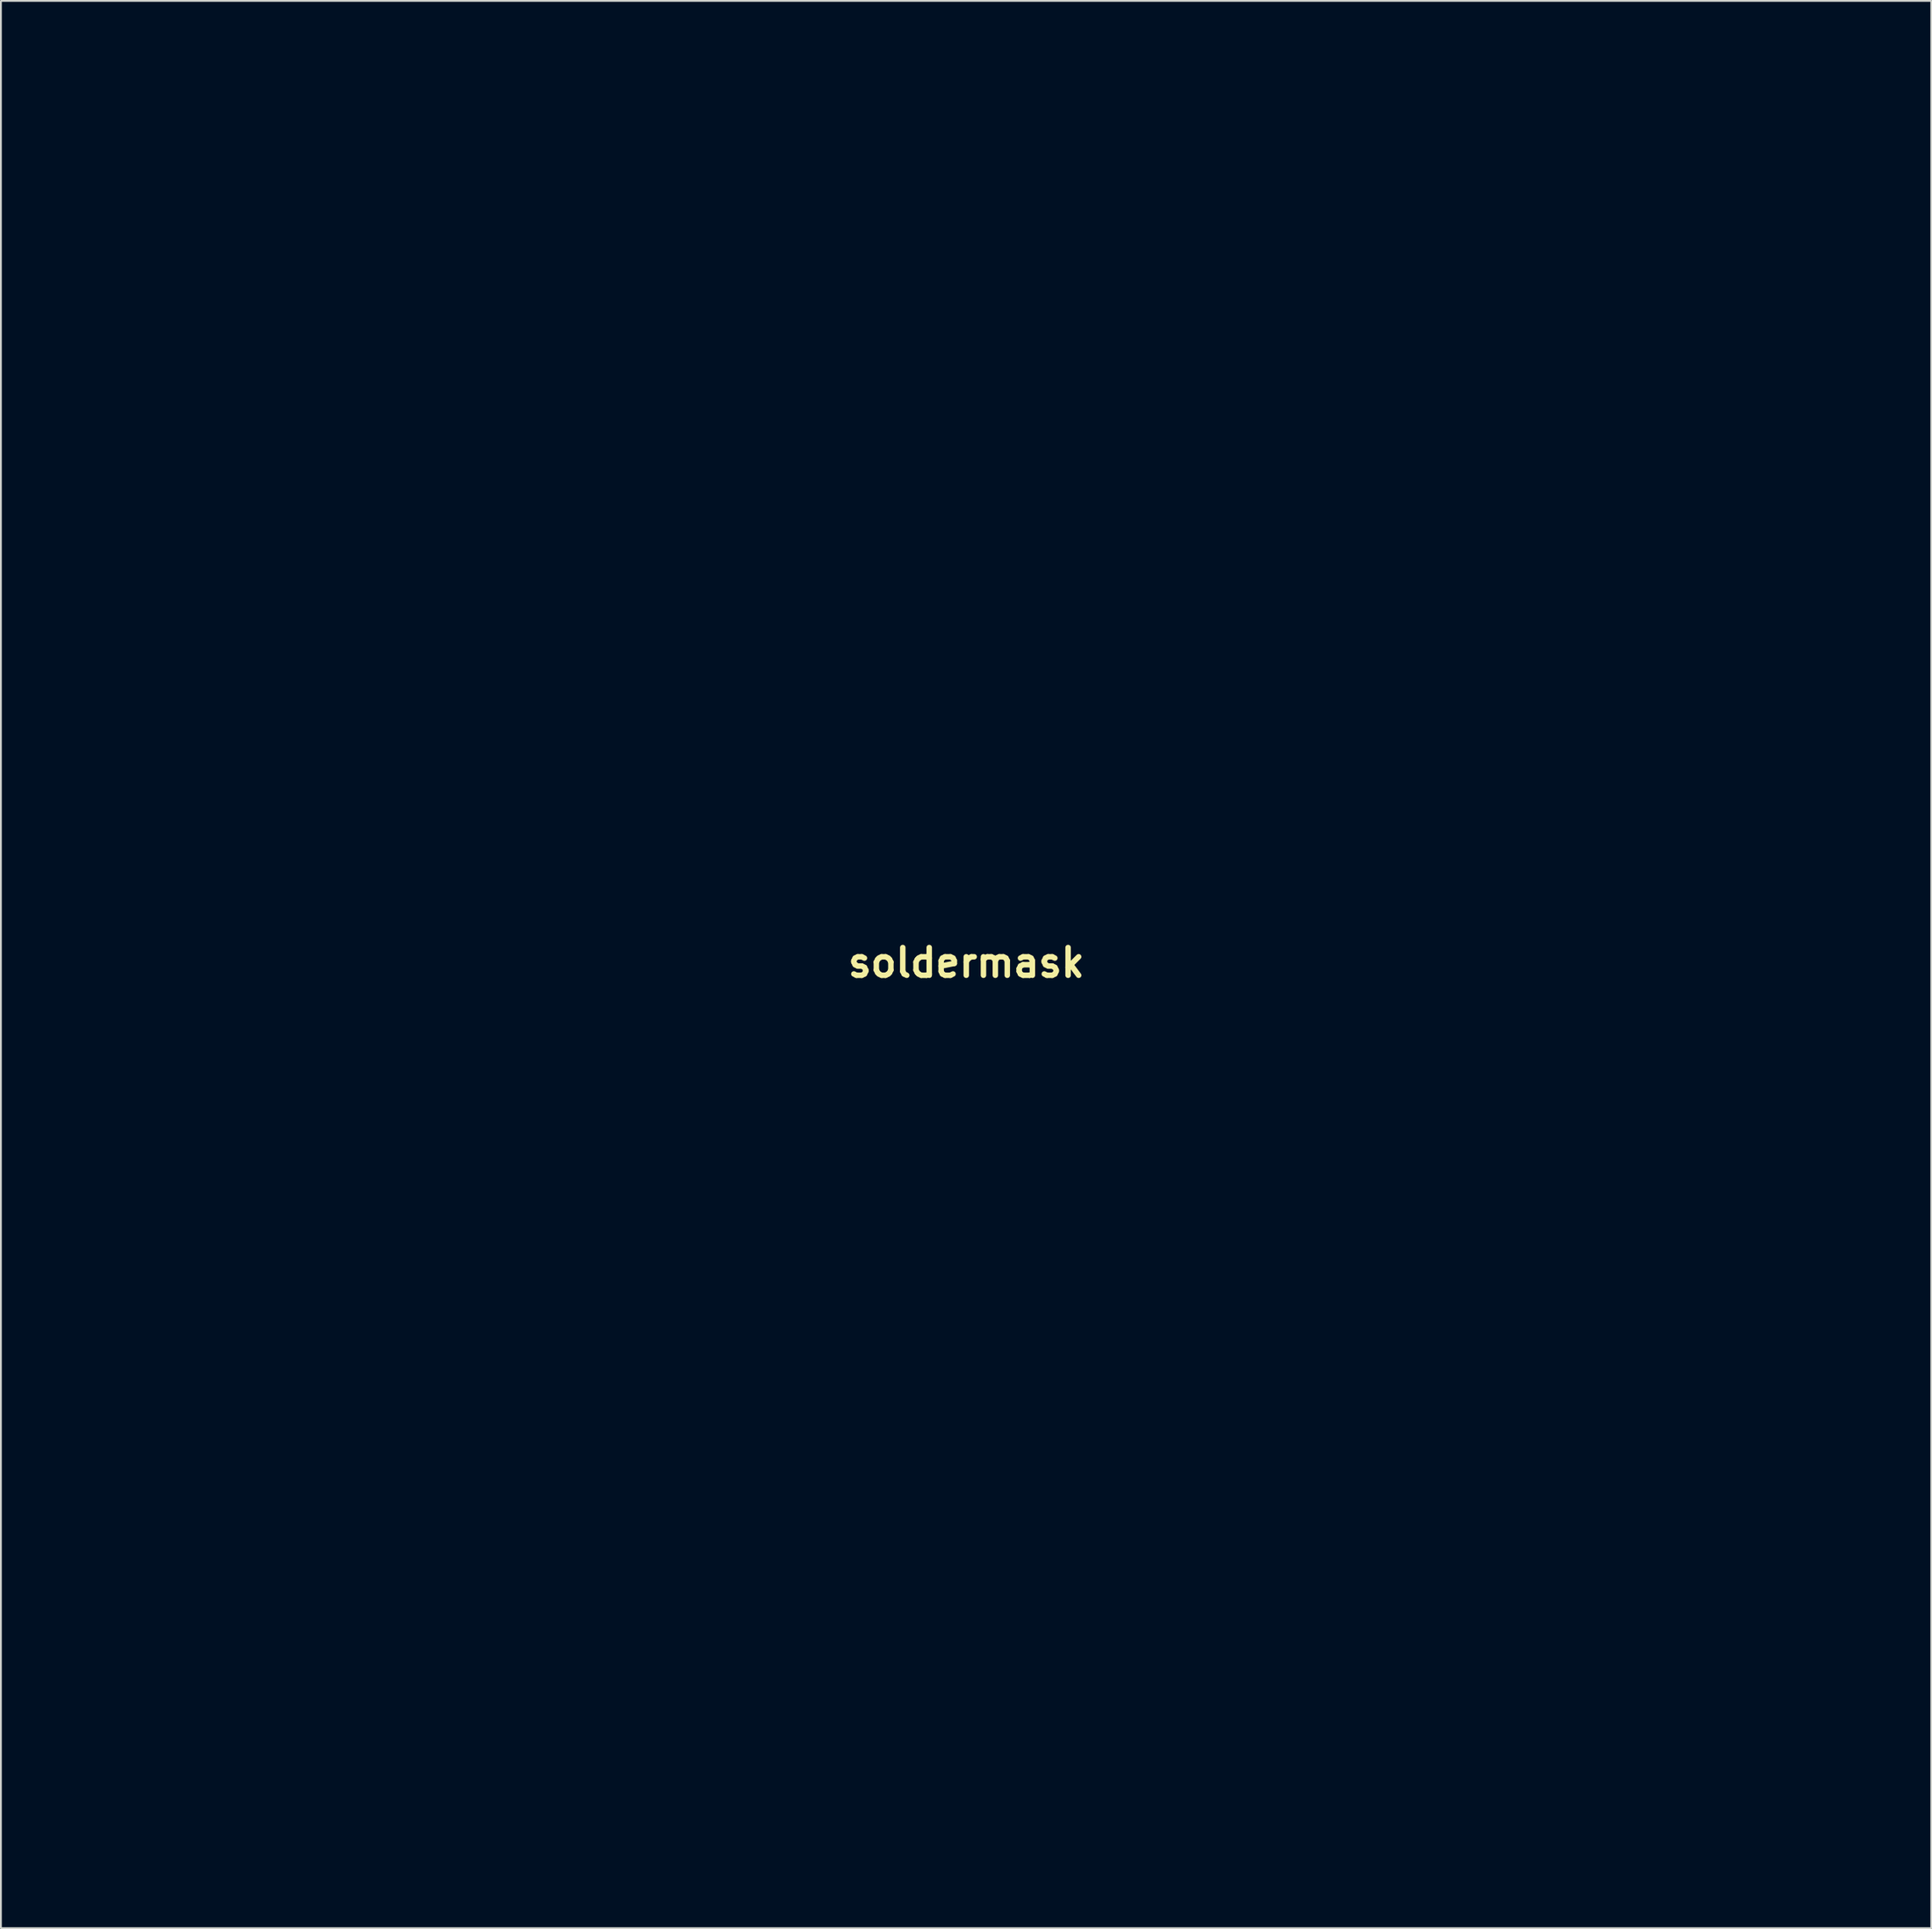
<source format=kicad_pcb>
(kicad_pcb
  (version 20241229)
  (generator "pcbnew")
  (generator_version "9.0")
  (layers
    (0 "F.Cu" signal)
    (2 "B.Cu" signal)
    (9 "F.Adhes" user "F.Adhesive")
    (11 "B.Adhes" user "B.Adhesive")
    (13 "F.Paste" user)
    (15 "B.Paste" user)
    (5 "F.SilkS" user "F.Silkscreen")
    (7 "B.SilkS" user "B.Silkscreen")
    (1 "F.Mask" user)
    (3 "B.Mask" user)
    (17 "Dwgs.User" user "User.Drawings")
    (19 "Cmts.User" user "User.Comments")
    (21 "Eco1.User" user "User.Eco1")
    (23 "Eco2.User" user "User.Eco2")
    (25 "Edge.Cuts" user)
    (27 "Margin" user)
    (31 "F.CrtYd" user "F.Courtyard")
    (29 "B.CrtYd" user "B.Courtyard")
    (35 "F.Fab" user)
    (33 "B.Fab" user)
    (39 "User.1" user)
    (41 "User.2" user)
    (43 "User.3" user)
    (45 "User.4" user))
  (footprint "soldermask"
    (layer "F.Cu")
    (at 49.974 49.8)
    (property "Reference" "soldermask" (at 0 0 0) (layer "F.SilkS") (effects (font (size 1.524 1.524) (thickness 0.3))))
    (attr through_hole)
    (fp_poly (pts (xy -45.9 2.75) (xy -45.95 2.8) (xy -46 2.75) (xy -45.95 2.7) (xy -45.9 2.75)) (stroke (width 0.01) (type solid)) (fill yes) (layer "F.Mask"))
    (fp_poly (pts (xy -40.1 -14.25) (xy -40.15 -14.2) (xy -40.2 -14.25) (xy -40.15 -14.3) (xy -40.1 -14.25)) (stroke (width 0.01) (type solid)) (fill yes) (layer "F.Mask"))
    (fp_poly (pts (xy -38.9 -14.45) (xy -38.95 -14.4) (xy -39 -14.45) (xy -38.95 -14.5) (xy -38.9 -14.45)) (stroke (width 0.01) (type solid)) (fill yes) (layer "F.Mask"))
    (fp_poly (pts (xy -36.9 35.85) (xy -36.95 35.9) (xy -37 35.85) (xy -36.95 35.8) (xy -36.9 35.85)) (stroke (width 0.01) (type solid)) (fill yes) (layer "F.Mask"))
    (fp_poly (pts (xy -35.9 -21.75) (xy -35.95 -21.7) (xy -36 -21.75) (xy -35.95 -21.8) (xy -35.9 -21.75)) (stroke (width 0.01) (type solid)) (fill yes) (layer "F.Mask"))
    (fp_poly (pts (xy -33.6 38.65) (xy -33.65 38.7) (xy -33.7 38.65) (xy -33.65 38.6) (xy -33.6 38.65)) (stroke (width 0.01) (type solid)) (fill yes) (layer "F.Mask"))
    (fp_poly (pts (xy -30.5 40.95) (xy -30.55 41) (xy -30.6 40.95) (xy -30.55 40.9) (xy -30.5 40.95)) (stroke (width 0.01) (type solid)) (fill yes) (layer "F.Mask"))
    (fp_poly (pts (xy -27.8 42.85) (xy -27.85 42.9) (xy -27.9 42.85) (xy -27.85 42.8) (xy -27.8 42.85)) (stroke (width 0.01) (type solid)) (fill yes) (layer "F.Mask"))
    (fp_poly (pts (xy -25.3 44.15) (xy -25.35 44.2) (xy -25.4 44.15) (xy -25.35 44.1) (xy -25.3 44.15)) (stroke (width 0.01) (type solid)) (fill yes) (layer "F.Mask"))
    (fp_poly (pts (xy -25.2 -32.35) (xy -25.25 -32.3) (xy -25.3 -32.35) (xy -25.25 -32.4) (xy -25.2 -32.35)) (stroke (width 0.01) (type solid)) (fill yes) (layer "F.Mask"))
    (fp_poly (pts (xy -22.2 45.75) (xy -22.25 45.8) (xy -22.3 45.75) (xy -22.25 45.7) (xy -22.2 45.75)) (stroke (width 0.01) (type solid)) (fill yes) (layer "F.Mask"))
    (fp_poly (pts (xy -20.2 -34.75) (xy -20.25 -34.7) (xy -20.3 -34.75) (xy -20.25 -34.8) (xy -20.2 -34.75)) (stroke (width 0.01) (type solid)) (fill yes) (layer "F.Mask"))
    (fp_poly (pts (xy -17.3 -39.05) (xy -17.35 -39) (xy -17.4 -39.05) (xy -17.35 -39.1) (xy -17.3 -39.05)) (stroke (width 0.01) (type solid)) (fill yes) (layer "F.Mask"))
    (fp_poly (pts (xy -16.7 -39.55) (xy -16.75 -39.5) (xy -16.8 -39.55) (xy -16.75 -39.6) (xy -16.7 -39.55)) (stroke (width 0.01) (type solid)) (fill yes) (layer "F.Mask"))
    (fp_poly (pts (xy -16.2 -39.95) (xy -16.25 -39.9) (xy -16.3 -39.95) (xy -16.25 -40) (xy -16.2 -39.95)) (stroke (width 0.01) (type solid)) (fill yes) (layer "F.Mask"))
    (fp_poly (pts (xy -16 -40.05) (xy -16.05 -40) (xy -16.1 -40.05) (xy -16.05 -40.1) (xy -16 -40.05)) (stroke (width 0.01) (type solid)) (fill yes) (layer "F.Mask"))
    (fp_poly (pts (xy -14.7 -41.15) (xy -14.75 -41.1) (xy -14.8 -41.15) (xy -14.75 -41.2) (xy -14.7 -41.15)) (stroke (width 0.01) (type solid)) (fill yes) (layer "F.Mask"))
    (fp_poly (pts (xy -9.9 -44.45) (xy -9.95 -44.4) (xy -10 -44.45) (xy -9.95 -44.5) (xy -9.9 -44.45)) (stroke (width 0.01) (type solid)) (fill yes) (layer "F.Mask"))
    (fp_poly (pts (xy -7.9 -45.45) (xy -7.95 -45.4) (xy -8 -45.45) (xy -7.95 -45.5) (xy -7.9 -45.45)) (stroke (width 0.01) (type solid)) (fill yes) (layer "F.Mask"))
    (fp_poly (pts (xy 19.4 -47.85) (xy 19.35 -47.8) (xy 19.3 -47.85) (xy 19.35 -47.9) (xy 19.4 -47.85)) (stroke (width 0.01) (type solid)) (fill yes) (layer "F.Mask"))
    (fp_poly (pts (xy 20.1 -35.05) (xy 20.05 -35) (xy 20 -35.05) (xy 20.05 -35.1) (xy 20.1 -35.05)) (stroke (width 0.01) (type solid)) (fill yes) (layer "F.Mask"))
    (fp_poly (pts (xy 20.3 -34.95) (xy 20.25 -34.9) (xy 20.2 -34.95) (xy 20.25 -35) (xy 20.3 -34.95)) (stroke (width 0.01) (type solid)) (fill yes) (layer "F.Mask"))
    (fp_poly (pts (xy 20.6 46.45) (xy 20.55 46.5) (xy 20.5 46.45) (xy 20.55 46.4) (xy 20.6 46.45)) (stroke (width 0.01) (type solid)) (fill yes) (layer "F.Mask"))
    (fp_poly (pts (xy 21.4 -46.15) (xy 21.35 -46.1) (xy 21.3 -46.15) (xy 21.35 -46.2) (xy 21.4 -46.15)) (stroke (width 0.01) (type solid)) (fill yes) (layer "F.Mask"))
    (fp_poly (pts (xy 21.6 46.05) (xy 21.55 46.1) (xy 21.5 46.05) (xy 21.55 46) (xy 21.6 46.05)) (stroke (width 0.01) (type solid)) (fill yes) (layer "F.Mask"))
    (fp_poly (pts (xy 25.4 44.15) (xy 25.35 44.2) (xy 25.3 44.15) (xy 25.35 44.1) (xy 25.4 44.15)) (stroke (width 0.01) (type solid)) (fill yes) (layer "F.Mask"))
    (fp_poly (pts (xy 26.9 43.35) (xy 26.85 43.4) (xy 26.8 43.35) (xy 26.85 43.3) (xy 26.9 43.35)) (stroke (width 0.01) (type solid)) (fill yes) (layer "F.Mask"))
    (fp_poly (pts (xy 28.6 42.35) (xy 28.55 42.4) (xy 28.5 42.35) (xy 28.55 42.3) (xy 28.6 42.35)) (stroke (width 0.01) (type solid)) (fill yes) (layer "F.Mask"))
    (fp_poly (pts (xy 32.7 39.45) (xy 32.65 39.5) (xy 32.6 39.45) (xy 32.65 39.4) (xy 32.7 39.45)) (stroke (width 0.01) (type solid)) (fill yes) (layer "F.Mask"))
    (fp_poly (pts (xy 33.7 38.55) (xy 33.65 38.6) (xy 33.6 38.55) (xy 33.65 38.5) (xy 33.7 38.55)) (stroke (width 0.01) (type solid)) (fill yes) (layer "F.Mask"))
    (fp_poly (pts (xy 34.7 37.85) (xy 34.65 37.9) (xy 34.6 37.85) (xy 34.65 37.8) (xy 34.7 37.85)) (stroke (width 0.01) (type solid)) (fill yes) (layer "F.Mask"))
    (fp_poly (pts (xy 36.7 36.05) (xy 36.65 36.1) (xy 36.6 36.05) (xy 36.65 36) (xy 36.7 36.05)) (stroke (width 0.01) (type solid)) (fill yes) (layer "F.Mask"))
    (fp_poly (pts (xy 39 -14.45) (xy 38.95 -14.4) (xy 38.9 -14.45) (xy 38.95 -14.5) (xy 39 -14.45)) (stroke (width 0.01) (type solid)) (fill yes) (layer "F.Mask"))
    (fp_poly (pts (xy 39 33.95) (xy 38.95 34) (xy 38.9 33.95) (xy 38.95 33.9) (xy 39 33.95)) (stroke (width 0.01) (type solid)) (fill yes) (layer "F.Mask"))
    (fp_poly (pts (xy 41.2 -13.95) (xy 41.15 -13.9) (xy 41.1 -13.95) (xy 41.15 -14) (xy 41.2 -13.95)) (stroke (width 0.01) (type solid)) (fill yes) (layer "F.Mask"))
    (fp_poly (pts (xy 42 -13.55) (xy 41.95 -13.5) (xy 41.9 -13.55) (xy 41.95 -13.6) (xy 42 -13.55)) (stroke (width 0.01) (type solid)) (fill yes) (layer "F.Mask"))
    (fp_poly (pts (xy 46.3 3.15) (xy 46.25 3.2) (xy 46.2 3.15) (xy 46.25 3.1) (xy 46.3 3.15)) (stroke (width 0.01) (type solid)) (fill yes) (layer "F.Mask"))
    (fp_poly (pts (xy 47 4.15) (xy 46.95 4.2) (xy 46.9 4.15) (xy 46.95 4.1) (xy 47 4.15)) (stroke (width 0.01) (type solid)) (fill yes) (layer "F.Mask"))
    (fp_poly (pts (xy -26.615 43.44) (xy -26.509 43.533) (xy -26.5 43.556) (xy -26.547 43.597) (xy -26.646 43.505) (xy -26.66 43.485) (xy -26.671 43.416) (xy -26.615 43.44)) (stroke (width 0.01) (type solid)) (fill yes) (layer "F.Mask"))
    (fp_poly (pts (xy -25.915 43.84) (xy -25.808 43.941) (xy -25.83 43.999) (xy -25.844 44) (xy -25.929 43.929) (xy -25.96 43.885) (xy -25.971 43.816) (xy -25.915 43.84)) (stroke (width 0.01) (type solid)) (fill yes) (layer "F.Mask"))
    (fp_poly (pts (xy -22.615 45.54) (xy -22.508 45.641) (xy -22.53 45.699) (xy -22.544 45.7) (xy -22.629 45.629) (xy -22.66 45.585) (xy -22.671 45.516) (xy -22.615 45.54)) (stroke (width 0.01) (type solid)) (fill yes) (layer "F.Mask"))
    (fp_poly (pts (xy -20.615 46.44) (xy -20.508 46.541) (xy -20.53 46.599) (xy -20.544 46.6) (xy -20.629 46.529) (xy -20.66 46.485) (xy -20.671 46.416) (xy -20.615 46.44)) (stroke (width 0.01) (type solid)) (fill yes) (layer "F.Mask"))
    (fp_poly (pts (xy 24.285 -32.86) (xy 24.392 -32.759) (xy 24.37 -32.701) (xy 24.356 -32.7) (xy 24.271 -32.771) (xy 24.24 -32.815) (xy 24.229 -32.884) (xy 24.285 -32.86)) (stroke (width 0.01) (type solid)) (fill yes) (layer "F.Mask"))
    (fp_poly (pts (xy -42.131 -13.535) (xy -42.15 -13.5) (xy -42.244 -13.405) (xy -42.262 -13.4) (xy -42.269 -13.465) (xy -42.25 -13.5) (xy -42.156 -13.596) (xy -42.138 -13.6) (xy -42.131 -13.535)) (stroke (width 0.01) (type solid)) (fill yes) (layer "F.Mask"))
    (fp_poly (pts (xy -23.231 -33.335) (xy -23.25 -33.3) (xy -23.344 -33.205) (xy -23.362 -33.2) (xy -23.369 -33.265) (xy -23.35 -33.3) (xy -23.256 -33.396) (xy -23.238 -33.4) (xy -23.231 -33.335)) (stroke (width 0.01) (type solid)) (fill yes) (layer "F.Mask"))
    (fp_poly (pts (xy -21.231 -34.335) (xy -21.25 -34.3) (xy -21.344 -34.205) (xy -21.362 -34.2) (xy -21.369 -34.265) (xy -21.35 -34.3) (xy -21.256 -34.396) (xy -21.238 -34.4) (xy -21.231 -34.335)) (stroke (width 0.01) (type solid)) (fill yes) (layer "F.Mask"))
    (fp_poly (pts (xy -13.531 -42.147) (xy -13.587 -42.075) (xy -13.733 -41.92) (xy -13.798 -41.92) (xy -13.8 -41.938) (xy -13.732 -42.021) (xy -13.625 -42.113) (xy -13.507 -42.199) (xy -13.531 -42.147)) (stroke (width 0.01) (type solid)) (fill yes) (layer "F.Mask"))
    (fp_poly (pts (xy -12.531 -42.735) (xy -12.55 -42.7) (xy -12.644 -42.605) (xy -12.662 -42.6) (xy -12.669 -42.665) (xy -12.65 -42.7) (xy -12.556 -42.796) (xy -12.538 -42.8) (xy -12.531 -42.735)) (stroke (width 0.01) (type solid)) (fill yes) (layer "F.Mask"))
    (fp_poly (pts (xy -8.231 -45.335) (xy -8.25 -45.3) (xy -8.344 -45.205) (xy -8.362 -45.2) (xy -8.369 -45.265) (xy -8.35 -45.3) (xy -8.256 -45.396) (xy -8.238 -45.4) (xy -8.231 -45.335)) (stroke (width 0.01) (type solid)) (fill yes) (layer "F.Mask"))
    (fp_poly (pts (xy 26.369 43.565) (xy 26.35 43.6) (xy 26.256 43.696) (xy 26.238 43.7) (xy 26.231 43.635) (xy 26.25 43.6) (xy 26.344 43.504) (xy 26.362 43.5) (xy 26.369 43.565)) (stroke (width 0.01) (type solid)) (fill yes) (layer "F.Mask"))
    (fp_poly (pts (xy 28.069 42.653) (xy 28.013 42.725) (xy 27.867 42.88) (xy 27.802 42.88) (xy 27.8 42.862) (xy 27.868 42.779) (xy 27.975 42.687) (xy 28.093 42.601) (xy 28.069 42.653)) (stroke (width 0.01) (type solid)) (fill yes) (layer "F.Mask"))
    (fp_poly (pts (xy 33.969 38.365) (xy 33.95 38.4) (xy 33.856 38.495) (xy 33.838 38.5) (xy 33.831 38.435) (xy 33.85 38.4) (xy 33.944 38.304) (xy 33.962 38.3) (xy 33.969 38.365)) (stroke (width 0.01) (type solid)) (fill yes) (layer "F.Mask"))
    (fp_poly (pts (xy 11.709 -49.76) (xy 13.049 -49.676) (xy 14.266 -49.543) (xy 15.1 -49.406) (xy 15.688 -49.282) (xy 16.238 -49.149) (xy 16.72 -49.016) (xy 17.104 -48.892) (xy 17.358 -48.787) (xy 17.452 -48.71) (xy 17.449 -48.699) (xy 17.497 -48.623) (xy 17.672 -48.553) (xy 18.049 -48.426) (xy 18.495 -48.231) (xy 18.915 -48.013) (xy 19.129 -47.878) (xy 19.36 -47.759) (xy 19.548 -47.736) (xy 19.559 -47.74) (xy 19.659 -47.745) (xy 19.64 -47.683) (xy 19.645 -47.608) (xy 19.781 -47.624) (xy 19.945 -47.628) (xy 19.972 -47.565) (xy 20.033 -47.466) (xy 20.118 -47.449) (xy 20.312 -47.399) (xy 20.368 -47.358) (xy 20.373 -47.314) (xy 20.3 -47.341) (xy 20.237 -47.356) (xy 20.323 -47.273) (xy 20.431 -47.131) (xy 20.423 -47.049) (xy 20.435 -47.009) (xy 20.524 -47.03) (xy 20.662 -47.051) (xy 20.687 -47.021) (xy 20.703 -46.792) (xy 20.838 -46.717) (xy 20.875 -46.721) (xy 21.008 -46.689) (xy 21.017 -46.561) (xy 21.036 -46.424) (xy 21.124 -46.426) (xy 21.236 -46.401) (xy 21.257 -46.265) (xy 21.308 -46.093) (xy 21.429 -46.064) (xy 21.548 -46.052) (xy 21.505 -45.954) (xy 21.479 -45.921) (xy 21.403 -45.808) (xy 21.476 -45.81) (xy 21.513 -45.823) (xy 21.648 -45.822) (xy 21.672 -45.767) (xy 21.686 -45.462) (xy 21.755 -45.331) (xy 21.845 -45.334) (xy 21.945 -45.332) (xy 21.928 -45.229) (xy 21.917 -45.12) (xy 21.974 -45.134) (xy 22.041 -45.119) (xy 22.025 -44.983) (xy 22.011 -44.828) (xy 22.107 -44.82) (xy 22.118 -44.824) (xy 22.222 -44.824) (xy 22.229 -44.681) (xy 22.22 -44.626) (xy 22.213 -44.451) (xy 22.271 -44.432) (xy 22.331 -44.402) (xy 22.321 -44.231) (xy 22.309 -44.045) (xy 22.387 -44.013) (xy 22.41 -44.021) (xy 22.479 -44.015) (xy 22.514 -43.909) (xy 22.519 -43.67) (xy 22.5 -43.286) (xy 22.485 -42.861) (xy 22.502 -42.606) (xy 22.55 -42.536) (xy 22.627 -42.484) (xy 22.65 -42.347) (xy 22.623 -42.189) (xy 22.575 -42.165) (xy 22.538 -42.098) (xy 22.512 -41.876) (xy 22.5 -41.547) (xy 22.5 -41.506) (xy 22.485 -41.102) (xy 22.442 -40.861) (xy 22.39 -40.8) (xy 22.323 -40.708) (xy 22.309 -40.45) (xy 22.315 -40.36) (xy 22.318 -40.105) (xy 22.285 -39.978) (xy 22.259 -39.975) (xy 22.209 -39.942) (xy 22.223 -39.823) (xy 22.233 -39.674) (xy 22.129 -39.672) (xy 22.125 -39.673) (xy 22.024 -39.676) (xy 22.004 -39.544) (xy 22.018 -39.421) (xy 22.025 -39.216) (xy 21.971 -39.168) (xy 21.966 -39.171) (xy 21.909 -39.145) (xy 21.923 -39.023) (xy 21.928 -38.87) (xy 21.852 -38.863) (xy 21.758 -38.811) (xy 21.677 -38.637) (xy 21.629 -38.417) (xy 21.639 -38.229) (xy 21.656 -38.191) (xy 21.631 -38.144) (xy 21.553 -38.163) (xy 21.452 -38.177) (xy 21.457 -38.071) (xy 21.494 -37.966) (xy 21.546 -37.789) (xy 21.497 -37.751) (xy 21.428 -37.772) (xy 21.314 -37.783) (xy 21.331 -37.662) (xy 21.348 -37.544) (xy 21.283 -37.56) (xy 21.208 -37.555) (xy 21.223 -37.423) (xy 21.233 -37.274) (xy 21.13 -37.272) (xy 21.123 -37.274) (xy 21.015 -37.278) (xy 21.019 -37.139) (xy 21.025 -37.117) (xy 21.036 -36.966) (xy 20.975 -36.965) (xy 20.908 -36.95) (xy 20.923 -36.823) (xy 20.93 -36.671) (xy 20.848 -36.665) (xy 20.729 -36.625) (xy 20.642 -36.47) (xy 20.621 -36.284) (xy 20.649 -36.202) (xy 20.633 -36.145) (xy 20.544 -36.166) (xy 20.433 -36.189) (xy 20.451 -36.096) (xy 20.491 -36.017) (xy 20.556 -35.867) (xy 20.498 -35.848) (xy 20.435 -35.87) (xy 20.315 -35.884) (xy 20.331 -35.762) (xy 20.349 -35.644) (xy 20.282 -35.661) (xy 20.207 -35.665) (xy 20.228 -35.571) (xy 20.236 -35.457) (xy 20.128 -35.472) (xy 20.014 -35.483) (xy 20.031 -35.362) (xy 20.047 -35.245) (xy 19.999 -35.251) (xy 19.913 -35.252) (xy 19.907 -35.143) (xy 19.969 -34.993) (xy 20.048 -34.902) (xy 20.264 -34.798) (xy 20.439 -34.765) (xy 20.618 -34.719) (xy 20.667 -34.65) (xy 20.737 -34.575) (xy 20.87 -34.557) (xy 21.017 -34.527) (xy 21.029 -34.465) (xy 21.044 -34.409) (xy 21.129 -34.428) (xy 21.245 -34.434) (xy 21.239 -34.358) (xy 21.271 -34.226) (xy 21.417 -34.143) (xy 21.594 -34.15) (xy 21.624 -34.165) (xy 21.682 -34.169) (xy 21.65 -34.1) (xy 21.633 -34.011) (xy 21.772 -34.022) (xy 21.784 -34.025) (xy 21.981 -34.028) (xy 22.065 -33.975) (xy 22.069 -33.918) (xy 22 -33.95) (xy 21.917 -33.977) (xy 21.946 -33.907) (xy 22.094 -33.824) (xy 22.204 -33.83) (xy 22.336 -33.825) (xy 22.332 -33.74) (xy 22.375 -33.619) (xy 22.538 -33.506) (xy 22.741 -33.439) (xy 22.908 -33.455) (xy 22.911 -33.457) (xy 22.98 -33.44) (xy 22.977 -33.394) (xy 23.041 -33.291) (xy 23.223 -33.2) (xy 23.442 -33.147) (xy 23.618 -33.162) (xy 23.632 -33.17) (xy 23.684 -33.166) (xy 23.666 -33.125) (xy 23.704 -33.024) (xy 23.871 -32.892) (xy 24.105 -32.76) (xy 24.346 -32.663) (xy 24.532 -32.634) (xy 24.562 -32.641) (xy 24.668 -32.624) (xy 24.674 -32.571) (xy 24.733 -32.476) (xy 24.824 -32.464) (xy 24.945 -32.438) (xy 24.946 -32.393) (xy 24.976 -32.284) (xy 25.127 -32.158) (xy 25.329 -32.059) (xy 25.511 -32.027) (xy 25.548 -32.035) (xy 25.665 -32.029) (xy 25.674 -31.971) (xy 25.733 -31.876) (xy 25.824 -31.864) (xy 25.946 -31.839) (xy 25.948 -31.796) (xy 25.989 -31.695) (xy 26.154 -31.539) (xy 26.224 -31.488) (xy 26.455 -31.309) (xy 26.612 -31.154) (xy 26.63 -31.13) (xy 26.76 -31.013) (xy 26.81 -31) (xy 26.944 -30.945) (xy 27.19 -30.8) (xy 27.499 -30.599) (xy 27.825 -30.372) (xy 28.12 -30.152) (xy 28.334 -29.973) (xy 28.783 -29.56) (xy 29.128 -29.258) (xy 29.405 -29.035) (xy 29.575 -28.912) (xy 29.782 -28.744) (xy 29.894 -28.608) (xy 29.9 -28.584) (xy 29.972 -28.453) (xy 30.139 -28.284) (xy 30.325 -28.146) (xy 30.433 -28.103) (xy 30.541 -28.037) (xy 30.75 -27.866) (xy 31.019 -27.623) (xy 31.07 -27.575) (xy 31.345 -27.327) (xy 31.569 -27.15) (xy 31.7 -27.075) (xy 31.711 -27.075) (xy 31.79 -27.019) (xy 31.8 -26.959) (xy 31.865 -26.809) (xy 32.032 -26.586) (xy 32.15 -26.457) (xy 32.351 -26.235) (xy 32.478 -26.07) (xy 32.5 -26.02) (xy 32.566 -25.901) (xy 32.675 -25.784) (xy 32.864 -25.586) (xy 33.05 -25.359) (xy 33.337 -25.002) (xy 33.62 -24.686) (xy 33.865 -24.444) (xy 34.038 -24.314) (xy 34.081 -24.3) (xy 34.193 -24.244) (xy 34.2 -24.215) (xy 34.26 -24.086) (xy 34.4 -23.9) (xy 34.544 -23.693) (xy 34.6 -23.535) (xy 34.659 -23.412) (xy 34.7 -23.4) (xy 34.788 -23.319) (xy 34.8 -23.244) (xy 34.852 -23.143) (xy 34.915 -23.16) (xy 34.985 -23.171) (xy 34.965 -23.124) (xy 34.935 -22.949) (xy 35.008 -22.792) (xy 35.141 -22.736) (xy 35.168 -22.743) (xy 35.263 -22.746) (xy 35.255 -22.708) (xy 35.233 -22.543) (xy 35.31 -22.389) (xy 35.438 -22.334) (xy 35.458 -22.339) (xy 35.546 -22.326) (xy 35.528 -22.229) (xy 35.517 -22.12) (xy 35.582 -22.139) (xy 35.655 -22.142) (xy 35.631 -22.038) (xy 35.616 -21.915) (xy 35.721 -21.925) (xy 35.831 -21.929) (xy 35.826 -21.788) (xy 35.823 -21.777) (xy 35.813 -21.632) (xy 35.883 -21.64) (xy 35.957 -21.642) (xy 35.938 -21.555) (xy 35.942 -21.424) (xy 35.995 -21.4) (xy 36.06 -21.337) (xy 36.039 -21.283) (xy 36.034 -21.206) (xy 36.118 -21.224) (xy 36.222 -21.224) (xy 36.229 -21.081) (xy 36.22 -21.026) (xy 36.212 -20.848) (xy 36.284 -20.84) (xy 36.355 -20.84) (xy 36.331 -20.738) (xy 36.316 -20.615) (xy 36.421 -20.625) (xy 36.531 -20.629) (xy 36.526 -20.488) (xy 36.523 -20.477) (xy 36.514 -20.332) (xy 36.575 -20.335) (xy 36.641 -20.318) (xy 36.625 -20.183) (xy 36.61 -20.029) (xy 36.706 -20.02) (xy 36.729 -20.028) (xy 36.843 -20.036) (xy 36.828 -19.929) (xy 36.817 -19.82) (xy 36.882 -19.839) (xy 36.955 -19.842) (xy 36.931 -19.738) (xy 36.916 -19.615) (xy 37.028 -19.628) (xy 37.135 -19.645) (xy 37.133 -19.544) (xy 37.094 -19.434) (xy 37.042 -19.256) (xy 37.092 -19.217) (xy 37.137 -19.231) (xy 37.234 -19.223) (xy 37.223 -19.077) (xy 37.215 -18.934) (xy 37.27 -18.931) (xy 37.332 -18.902) (xy 37.321 -18.731) (xy 37.307 -18.547) (xy 37.383 -18.513) (xy 37.424 -18.526) (xy 37.532 -18.529) (xy 37.525 -18.385) (xy 37.523 -18.377) (xy 37.513 -18.225) (xy 37.631 -18.212) (xy 37.665 -18.22) (xy 37.798 -18.228) (xy 37.833 -18.121) (xy 37.817 -17.971) (xy 37.812 -17.767) (xy 37.877 -17.736) (xy 37.877 -17.736) (xy 37.941 -17.717) (xy 37.925 -17.583) (xy 37.909 -17.429) (xy 38.006 -17.42) (xy 38.036 -17.431) (xy 38.148 -17.454) (xy 38.131 -17.362) (xy 38.091 -17.283) (xy 38.026 -17.132) (xy 38.08 -17.111) (xy 38.12 -17.124) (xy 38.215 -17.118) (xy 38.229 -16.969) (xy 38.218 -16.875) (xy 38.212 -16.673) (xy 38.269 -16.631) (xy 38.272 -16.633) (xy 38.331 -16.601) (xy 38.321 -16.431) (xy 38.309 -16.245) (xy 38.387 -16.213) (xy 38.412 -16.221) (xy 38.5 -16.214) (xy 38.527 -16.075) (xy 38.515 -15.875) (xy 38.51 -15.636) (xy 38.546 -15.528) (xy 38.567 -15.53) (xy 38.616 -15.482) (xy 38.622 -15.29) (xy 38.616 -15.227) (xy 38.606 -14.99) (xy 38.658 -14.912) (xy 38.712 -14.922) (xy 38.813 -14.9) (xy 38.85 -14.711) (xy 38.85 -14.662) (xy 38.875 -14.442) (xy 38.978 -14.362) (xy 39.07 -14.357) (xy 39.218 -14.329) (xy 39.232 -14.271) (xy 39.28 -14.218) (xy 39.484 -14.208) (xy 39.578 -14.215) (xy 39.815 -14.22) (xy 39.929 -14.186) (xy 39.928 -14.164) (xy 39.977 -14.117) (xy 40.167 -14.111) (xy 40.229 -14.117) (xy 40.455 -14.122) (xy 40.533 -14.078) (xy 40.527 -14.063) (xy 40.557 -14.01) (xy 40.684 -14.025) (xy 40.83 -14.037) (xy 40.846 -13.994) (xy 40.882 -13.911) (xy 41.049 -13.844) (xy 41.277 -13.811) (xy 41.497 -13.828) (xy 41.502 -13.829) (xy 41.639 -13.835) (xy 41.634 -13.774) (xy 41.639 -13.707) (xy 41.721 -13.725) (xy 41.846 -13.715) (xy 41.863 -13.617) (xy 41.928 -13.481) (xy 42.069 -13.457) (xy 42.233 -13.423) (xy 42.269 -13.357) (xy 42.337 -13.276) (xy 42.47 -13.257) (xy 42.617 -13.227) (xy 42.629 -13.165) (xy 42.644 -13.109) (xy 42.73 -13.129) (xy 42.903 -13.129) (xy 42.962 -13.08) (xy 42.971 -13.017) (xy 42.9 -13.05) (xy 42.817 -13.077) (xy 42.846 -13.007) (xy 42.994 -12.925) (xy 43.108 -12.931) (xy 43.251 -12.924) (xy 43.272 -12.865) (xy 43.333 -12.766) (xy 43.418 -12.749) (xy 43.612 -12.699) (xy 43.668 -12.658) (xy 43.677 -12.617) (xy 43.61 -12.649) (xy 43.517 -12.678) (xy 43.542 -12.613) (xy 43.692 -12.524) (xy 43.78 -12.522) (xy 43.848 -12.498) (xy 43.8 -12.45) (xy 43.85 -12.4) (xy 43.9 -12.45) (xy 43.855 -12.495) (xy 43.92 -12.471) (xy 43.948 -12.359) (xy 44.013 -12.177) (xy 44.089 -12.121) (xy 44.178 -12.128) (xy 44.148 -12.212) (xy 44.119 -12.292) (xy 44.159 -12.267) (xy 44.247 -12.101) (xy 44.25 -12.067) (xy 44.334 -11.971) (xy 44.45 -11.948) (xy 44.604 -11.889) (xy 44.617 -11.759) (xy 44.635 -11.623) (xy 44.779 -11.624) (xy 44.936 -11.615) (xy 44.962 -11.523) (xy 45.028 -11.36) (xy 45.089 -11.323) (xy 45.178 -11.328) (xy 45.148 -11.412) (xy 45.12 -11.492) (xy 45.156 -11.47) (xy 45.229 -11.313) (xy 45.247 -11.17) (xy 45.309 -10.992) (xy 45.412 -10.962) (xy 45.545 -10.894) (xy 45.562 -10.812) (xy 45.629 -10.679) (xy 45.717 -10.663) (xy 45.836 -10.618) (xy 45.825 -10.521) (xy 45.818 -10.419) (xy 45.882 -10.439) (xy 45.955 -10.442) (xy 45.931 -10.338) (xy 45.916 -10.215) (xy 46.021 -10.225) (xy 46.131 -10.229) (xy 46.126 -10.088) (xy 46.123 -10.077) (xy 46.11 -9.934) (xy 46.198 -9.949) (xy 46.2 -9.95) (xy 46.284 -9.976) (xy 46.265 -9.924) (xy 46.235 -9.749) (xy 46.308 -9.592) (xy 46.441 -9.536) (xy 46.468 -9.543) (xy 46.562 -9.544) (xy 46.552 -9.503) (xy 46.523 -9.338) (xy 46.566 -9.135) (xy 46.652 -8.974) (xy 46.747 -8.935) (xy 46.829 -8.903) (xy 46.82 -8.726) (xy 46.812 -8.548) (xy 46.884 -8.54) (xy 46.957 -8.541) (xy 46.939 -8.458) (xy 46.95 -8.308) (xy 47.039 -8.147) (xy 47.154 -8.048) (xy 47.225 -8.058) (xy 47.245 -8.013) (xy 47.225 -7.853) (xy 47.227 -7.652) (xy 47.3 -7.6) (xy 47.382 -7.517) (xy 47.374 -7.344) (xy 47.37 -7.158) (xy 47.438 -7.131) (xy 47.509 -7.063) (xy 47.559 -6.796) (xy 47.583 -6.463) (xy 47.61 -6.106) (xy 47.651 -5.834) (xy 47.697 -5.702) (xy 47.7 -5.7) (xy 47.739 -5.584) (xy 47.776 -5.313) (xy 47.805 -4.932) (xy 47.818 -4.636) (xy 47.827 -4.161) (xy 47.818 -3.859) (xy 47.787 -3.704) (xy 47.731 -3.671) (xy 47.725 -3.673) (xy 47.661 -3.66) (xy 47.615 -3.546) (xy 47.585 -3.305) (xy 47.565 -2.91) (xy 47.555 -2.488) (xy 47.515 -2.301) (xy 47.433 -2.271) (xy 47.355 -2.238) (xy 47.369 -2.108) (xy 47.367 -1.937) (xy 47.3 -1.9) (xy 47.219 -1.822) (xy 47.229 -1.7) (xy 47.236 -1.565) (xy 47.191 -1.556) (xy 47.113 -1.528) (xy 47.1 -1.456) (xy 47.049 -1.319) (xy 47.002 -1.3) (xy 46.907 -1.215) (xy 46.841 -1.05) (xy 46.764 -0.863) (xy 46.689 -0.8) (xy 46.615 -0.717) (xy 46.6 -0.616) (xy 46.531 -0.427) (xy 46.348 -0.152) (xy 46.082 0.174) (xy 45.768 0.518) (xy 45.439 0.844) (xy 45.127 1.119) (xy 44.867 1.308) (xy 44.69 1.376) (xy 44.677 1.375) (xy 44.57 1.439) (xy 44.52 1.578) (xy 44.54 1.758) (xy 44.699 1.876) (xy 44.793 1.912) (xy 45.004 2.012) (xy 45.099 2.11) (xy 45.1 2.116) (xy 45.162 2.166) (xy 45.202 2.148) (xy 45.278 2.163) (xy 45.277 2.218) (xy 45.332 2.325) (xy 45.412 2.338) (xy 45.545 2.406) (xy 45.562 2.488) (xy 45.633 2.625) (xy 45.75 2.652) (xy 45.904 2.711) (xy 45.917 2.841) (xy 45.934 2.975) (xy 46.037 2.969) (xy 46.145 2.968) (xy 46.135 3.054) (xy 46.164 3.206) (xy 46.239 3.26) (xy 46.343 3.361) (xy 46.333 3.427) (xy 46.341 3.492) (xy 46.432 3.471) (xy 46.565 3.45) (xy 46.587 3.479) (xy 46.586 3.728) (xy 46.657 3.865) (xy 46.732 3.871) (xy 46.837 3.903) (xy 46.857 4.035) (xy 46.91 4.209) (xy 47.017 4.237) (xy 47.136 4.282) (xy 47.125 4.379) (xy 47.118 4.481) (xy 47.182 4.461) (xy 47.255 4.458) (xy 47.231 4.562) (xy 47.214 4.684) (xy 47.335 4.67) (xy 47.347 4.665) (xy 47.469 4.631) (xy 47.438 4.704) (xy 47.389 4.766) (xy 47.303 4.889) (xy 47.362 4.894) (xy 47.42 4.874) (xy 47.541 4.861) (xy 47.528 4.971) (xy 47.517 5.08) (xy 47.582 5.061) (xy 47.655 5.058) (xy 47.631 5.162) (xy 47.616 5.285) (xy 47.721 5.275) (xy 47.831 5.271) (xy 47.826 5.412) (xy 47.823 5.423) (xy 47.814 5.568) (xy 47.875 5.565) (xy 47.941 5.582) (xy 47.925 5.717) (xy 47.91 5.871) (xy 48.006 5.88) (xy 48.029 5.872) (xy 48.143 5.864) (xy 48.128 5.971) (xy 48.117 6.08) (xy 48.174 6.066) (xy 48.241 6.081) (xy 48.225 6.216) (xy 48.211 6.372) (xy 48.324 6.389) (xy 48.384 6.375) (xy 48.53 6.365) (xy 48.543 6.412) (xy 48.51 6.583) (xy 48.548 6.8) (xy 48.63 6.987) (xy 48.733 7.066) (xy 48.754 7.062) (xy 48.846 7.073) (xy 48.828 7.171) (xy 48.818 7.28) (xy 48.869 7.269) (xy 48.932 7.297) (xy 48.921 7.469) (xy 48.907 7.653) (xy 48.983 7.687) (xy 49.024 7.674) (xy 49.132 7.672) (xy 49.125 7.815) (xy 49.123 7.823) (xy 49.115 7.966) (xy 49.17 7.969) (xy 49.232 7.998) (xy 49.221 8.169) (xy 49.207 8.353) (xy 49.282 8.387) (xy 49.326 8.373) (xy 49.426 8.361) (xy 49.433 8.469) (xy 49.396 8.616) (xy 49.351 8.819) (xy 49.392 8.877) (xy 49.46 8.86) (xy 49.559 8.856) (xy 49.55 8.9) (xy 49.519 9.056) (xy 49.526 9.315) (xy 49.56 9.617) (xy 49.613 9.9) (xy 49.676 10.104) (xy 49.739 10.168) (xy 49.806 10.223) (xy 49.823 10.462) (xy 49.815 10.625) (xy 49.809 10.897) (xy 49.835 11.055) (xy 49.865 11.072) (xy 49.889 11.151) (xy 49.911 11.403) (xy 49.929 11.799) (xy 49.942 12.312) (xy 49.949 12.914) (xy 49.95 13.2) (xy 49.946 13.832) (xy 49.936 14.388) (xy 49.92 14.839) (xy 49.9 15.158) (xy 49.876 15.316) (xy 49.865 15.328) (xy 49.825 15.388) (xy 49.808 15.597) (xy 49.815 15.825) (xy 49.821 16.169) (xy 49.78 16.324) (xy 49.739 16.332) (xy 49.679 16.4) (xy 49.619 16.609) (xy 49.567 16.9) (xy 49.532 17.215) (xy 49.52 17.494) (xy 49.541 17.679) (xy 49.552 17.703) (xy 49.532 17.756) (xy 49.46 17.74) (xy 49.364 17.732) (xy 49.36 17.845) (xy 49.396 17.984) (xy 49.44 18.188) (xy 49.4 18.246) (xy 49.326 18.227) (xy 49.22 18.222) (xy 49.208 18.356) (xy 49.221 18.431) (xy 49.229 18.61) (xy 49.171 18.632) (xy 49.11 18.662) (xy 49.12 18.826) (xy 49.131 19.006) (xy 49.05 19.035) (xy 49.021 19.025) (xy 48.923 19.026) (xy 48.905 19.165) (xy 48.918 19.279) (xy 48.925 19.483) (xy 48.873 19.533) (xy 48.867 19.53) (xy 48.811 19.564) (xy 48.82 19.726) (xy 48.826 19.911) (xy 48.743 19.934) (xy 48.629 19.975) (xy 48.541 20.13) (xy 48.518 20.313) (xy 48.544 20.39) (xy 48.51 20.44) (xy 48.386 20.425) (xy 48.235 20.41) (xy 48.203 20.514) (xy 48.221 20.631) (xy 48.229 20.811) (xy 48.17 20.831) (xy 48.108 20.853) (xy 48.123 20.977) (xy 48.133 21.126) (xy 48.03 21.128) (xy 48.023 21.126) (xy 47.915 21.122) (xy 47.919 21.261) (xy 47.925 21.283) (xy 47.936 21.434) (xy 47.877 21.436) (xy 47.812 21.466) (xy 47.817 21.672) (xy 47.818 21.675) (xy 47.823 21.892) (xy 47.746 21.935) (xy 47.743 21.934) (xy 47.644 21.982) (xy 47.562 22.149) (xy 47.524 22.352) (xy 47.552 22.503) (xy 47.53 22.553) (xy 47.439 22.532) (xy 47.322 22.515) (xy 47.339 22.583) (xy 47.34 22.687) (xy 47.294 22.7) (xy 47.22 22.779) (xy 47.232 22.91) (xy 47.254 23.052) (xy 47.231 23.065) (xy 47.131 23.078) (xy 46.999 23.191) (xy 46.908 23.334) (xy 46.9 23.378) (xy 46.84 23.512) (xy 46.7 23.7) (xy 46.555 23.925) (xy 46.5 24.115) (xy 46.452 24.269) (xy 46.394 24.3) (xy 46.334 24.361) (xy 46.35 24.4) (xy 46.348 24.492) (xy 46.317 24.5) (xy 46.224 24.585) (xy 46.159 24.75) (xy 46.079 24.937) (xy 45.998 25) (xy 45.91 25.081) (xy 45.9 25.143) (xy 45.836 25.335) (xy 45.775 25.418) (xy 45.65 25.574) (xy 45.467 25.829) (xy 45.35 26) (xy 45.17 26.257) (xy 45.028 26.435) (xy 44.975 26.483) (xy 44.913 26.598) (xy 44.9 26.719) (xy 44.851 26.867) (xy 44.759 26.867) (xy 44.624 26.903) (xy 44.562 27.032) (xy 44.464 27.231) (xy 44.276 27.496) (xy 44.153 27.643) (xy 43.954 27.88) (xy 43.826 28.061) (xy 43.8 28.121) (xy 43.735 28.236) (xy 43.568 28.433) (xy 43.45 28.557) (xy 43.245 28.79) (xy 43.119 28.989) (xy 43.1 29.058) (xy 43.038 29.259) (xy 42.975 29.355) (xy 42.833 29.519) (xy 42.626 29.755) (xy 42.55 29.842) (xy 42.312 30.119) (xy 42.094 30.385) (xy 42.05 30.441) (xy 41.721 30.839) (xy 41.418 31.16) (xy 41.174 31.37) (xy 41.075 31.427) (xy 40.928 31.53) (xy 40.9 31.595) (xy 40.835 31.72) (xy 40.67 31.927) (xy 40.545 32.062) (xy 40.35 32.294) (xy 40.243 32.483) (xy 40.237 32.552) (xy 40.201 32.65) (xy 40.117 32.663) (xy 39.979 32.728) (xy 39.963 32.817) (xy 39.918 32.937) (xy 39.854 32.938) (xy 39.703 32.965) (xy 39.57 33.095) (xy 39.527 33.249) (xy 39.54 33.284) (xy 39.511 33.355) (xy 39.424 33.364) (xy 39.281 33.424) (xy 39.263 33.517) (xy 39.218 33.636) (xy 39.121 33.625) (xy 39.019 33.619) (xy 39.033 33.673) (xy 39.014 33.791) (xy 38.939 33.84) (xy 38.829 33.961) (xy 38.835 34.046) (xy 38.83 34.146) (xy 38.737 34.131) (xy 38.623 34.136) (xy 38.617 34.261) (xy 38.593 34.407) (xy 38.475 34.421) (xy 38.319 34.466) (xy 38.28 34.671) (xy 38.284 34.713) (xy 38.21 34.761) (xy 38.121 34.763) (xy 37.974 34.83) (xy 37.949 34.918) (xy 37.899 35.112) (xy 37.858 35.168) (xy 37.817 35.177) (xy 37.85 35.108) (xy 37.876 35.011) (xy 37.758 35.033) (xy 37.588 35.09) (xy 37.536 35.1) (xy 37.531 35.165) (xy 37.549 35.199) (xy 37.533 35.256) (xy 37.455 35.238) (xy 37.319 35.256) (xy 37.278 35.44) (xy 37.284 35.513) (xy 37.21 35.561) (xy 37.121 35.563) (xy 36.974 35.63) (xy 36.949 35.718) (xy 36.899 35.912) (xy 36.858 35.968) (xy 36.814 35.98) (xy 36.84 35.925) (xy 36.854 35.815) (xy 36.818 35.8) (xy 36.673 35.872) (xy 36.556 36.028) (xy 36.535 36.175) (xy 36.54 36.184) (xy 36.511 36.255) (xy 36.424 36.264) (xy 36.288 36.304) (xy 36.271 36.363) (xy 36.21 36.453) (xy 36.121 36.463) (xy 35.978 36.53) (xy 35.947 36.67) (xy 35.908 36.881) (xy 35.856 36.97) (xy 35.815 36.978) (xy 35.84 36.925) (xy 35.863 36.816) (xy 35.779 36.814) (xy 35.641 36.91) (xy 35.587 36.969) (xy 35.501 37.086) (xy 35.55 37.078) (xy 35.59 37.054) (xy 35.683 37.022) (xy 35.662 37.08) (xy 35.524 37.147) (xy 35.439 37.132) (xy 35.324 37.136) (xy 35.317 37.259) (xy 35.298 37.348) (xy 35.25 37.3) (xy 35.2 37.35) (xy 35.25 37.4) (xy 35.296 37.354) (xy 35.283 37.413) (xy 35.15 37.448) (xy 34.988 37.498) (xy 34.95 37.567) (xy 34.884 37.74) (xy 34.859 37.767) (xy 34.814 37.781) (xy 34.84 37.725) (xy 34.854 37.615) (xy 34.818 37.6) (xy 34.669 37.674) (xy 34.556 37.835) (xy 34.543 37.988) (xy 34.547 37.994) (xy 34.536 38.057) (xy 34.465 38.042) (xy 34.296 38.058) (xy 34.245 38.109) (xy 34.225 38.183) (xy 34.3 38.15) (xy 34.384 38.124) (xy 34.362 38.18) (xy 34.224 38.248) (xy 34.146 38.235) (xy 33.962 38.242) (xy 33.751 38.344) (xy 33.585 38.493) (xy 33.533 38.64) (xy 33.537 38.652) (xy 33.526 38.748) (xy 33.455 38.738) (xy 33.29 38.761) (xy 33.245 38.809) (xy 33.226 38.884) (xy 33.31 38.849) (xy 33.392 38.819) (xy 33.368 38.858) (xy 33.204 38.938) (xy 33.118 38.949) (xy 32.987 39.007) (xy 32.974 39.071) (xy 32.926 39.148) (xy 32.824 39.128) (xy 32.708 39.099) (xy 32.747 39.181) (xy 32.779 39.221) (xy 32.852 39.341) (xy 32.765 39.367) (xy 32.729 39.364) (xy 32.582 39.422) (xy 32.563 39.517) (xy 32.517 39.637) (xy 32.448 39.635) (xy 32.289 39.661) (xy 32.245 39.709) (xy 32.226 39.784) (xy 32.31 39.749) (xy 32.392 39.719) (xy 32.368 39.758) (xy 32.204 39.838) (xy 32.118 39.849) (xy 31.974 39.907) (xy 31.95 39.967) (xy 31.884 40.14) (xy 31.859 40.167) (xy 31.816 40.179) (xy 31.848 40.112) (xy 31.868 40.013) (xy 31.789 40.02) (xy 31.662 40.145) (xy 31.649 40.208) (xy 31.566 40.313) (xy 31.413 40.317) (xy 31.25 40.325) (xy 31.244 40.391) (xy 31.238 40.456) (xy 31.155 40.438) (xy 31.024 40.44) (xy 31 40.489) (xy 30.918 40.585) (xy 30.838 40.6) (xy 30.732 40.626) (xy 30.786 40.733) (xy 30.802 40.752) (xy 30.873 40.86) (xy 30.788 40.85) (xy 30.748 40.835) (xy 30.623 40.815) (xy 30.634 40.874) (xy 30.621 40.944) (xy 30.511 40.932) (xy 30.32 40.946) (xy 30.246 41.007) (xy 30.225 41.084) (xy 30.31 41.049) (xy 30.392 41.019) (xy 30.368 41.058) (xy 30.204 41.138) (xy 30.118 41.149) (xy 29.974 41.207) (xy 29.95 41.267) (xy 29.884 41.44) (xy 29.859 41.467) (xy 29.816 41.479) (xy 29.848 41.412) (xy 29.868 41.313) (xy 29.789 41.32) (xy 29.663 41.425) (xy 29.65 41.475) (xy 29.584 41.639) (xy 29.559 41.667) (xy 29.516 41.679) (xy 29.548 41.612) (xy 29.568 41.513) (xy 29.489 41.521) (xy 29.373 41.647) (xy 29.35 41.758) (xy 29.275 41.919) (xy 29.15 41.95) (xy 28.988 41.999) (xy 28.95 42.067) (xy 28.884 42.24) (xy 28.859 42.267) (xy 28.816 42.279) (xy 28.846 42.214) (xy 28.842 42.135) (xy 28.721 42.138) (xy 28.54 42.206) (xy 28.356 42.324) (xy 28.3 42.375) (xy 28.213 42.476) (xy 28.275 42.457) (xy 28.29 42.449) (xy 28.382 42.422) (xy 28.359 42.486) (xy 28.24 42.56) (xy 28.196 42.547) (xy 28.062 42.554) (xy 27.877 42.644) (xy 27.714 42.771) (xy 27.646 42.884) (xy 27.652 42.904) (xy 27.63 43.021) (xy 27.586 43.059) (xy 27.517 43.073) (xy 27.551 42.998) (xy 27.573 42.91) (xy 27.458 42.933) (xy 27.288 42.99) (xy 27.236 43) (xy 27.231 43.065) (xy 27.249 43.099) (xy 27.232 43.154) (xy 27.139 43.132) (xy 27.022 43.117) (xy 27.029 43.165) (xy 26.996 43.239) (xy 26.87 43.257) (xy 26.707 43.295) (xy 26.672 43.365) (xy 26.613 43.442) (xy 26.522 43.439) (xy 26.33 43.471) (xy 26.105 43.603) (xy 26.1 43.608) (xy 25.967 43.729) (xy 25.96 43.76) (xy 25.975 43.753) (xy 26.089 43.718) (xy 26.063 43.788) (xy 25.931 43.913) (xy 25.814 43.999) (xy 25.822 43.951) (xy 25.845 43.912) (xy 25.87 43.814) (xy 25.789 43.825) (xy 25.675 43.923) (xy 25.669 43.97) (xy 25.601 44.041) (xy 25.469 44.057) (xy 25.292 44.109) (xy 25.263 44.217) (xy 25.218 44.336) (xy 25.121 44.325) (xy 25.019 44.319) (xy 25.029 44.365) (xy 24.996 44.439) (xy 24.872 44.457) (xy 24.699 44.497) (xy 24.652 44.567) (xy 24.584 44.74) (xy 24.559 44.767) (xy 24.516 44.779) (xy 24.548 44.712) (xy 24.568 44.613) (xy 24.489 44.62) (xy 24.362 44.745) (xy 24.349 44.808) (xy 24.266 44.913) (xy 24.113 44.917) (xy 23.955 44.924) (xy 23.938 44.981) (xy 23.911 45.055) (xy 23.824 45.064) (xy 23.687 45.103) (xy 23.67 45.16) (xy 23.604 45.229) (xy 23.43 45.221) (xy 23.25 45.213) (xy 23.235 45.276) (xy 23.217 45.341) (xy 23.084 45.325) (xy 22.935 45.314) (xy 22.933 45.373) (xy 22.912 45.454) (xy 22.824 45.464) (xy 22.688 45.505) (xy 22.672 45.565) (xy 22.613 45.637) (xy 22.481 45.624) (xy 22.333 45.614) (xy 22.334 45.675) (xy 22.318 45.741) (xy 22.184 45.725) (xy 22.036 45.709) (xy 22.045 45.792) (xy 22.05 45.8) (xy 22.076 45.884) (xy 22.013 45.858) (xy 21.861 45.837) (xy 21.639 45.876) (xy 21.42 45.952) (xy 21.273 46.042) (xy 21.254 46.107) (xy 21.228 46.153) (xy 21.139 46.132) (xy 21.022 46.115) (xy 21.039 46.182) (xy 21.043 46.259) (xy 20.972 46.245) (xy 20.778 46.236) (xy 20.553 46.303) (xy 20.377 46.413) (xy 20.324 46.523) (xy 20.266 46.614) (xy 20.111 46.616) (xy 19.941 46.62) (xy 19.925 46.719) (xy 19.931 46.736) (xy 19.933 46.845) (xy 19.845 46.834) (xy 19.656 46.811) (xy 19.444 46.845) (xy 19.285 46.916) (xy 19.251 47.002) (xy 19.231 47.054) (xy 19.139 47.032) (xy 19.022 47.016) (xy 19.031 47.069) (xy 19.003 47.132) (xy 18.832 47.121) (xy 18.651 47.113) (xy 18.635 47.176) (xy 18.617 47.241) (xy 18.485 47.225) (xy 18.334 47.214) (xy 18.334 47.275) (xy 18.318 47.341) (xy 18.184 47.325) (xy 18.036 47.309) (xy 18.045 47.392) (xy 18.05 47.4) (xy 18.076 47.484) (xy 18.026 47.466) (xy 17.875 47.437) (xy 17.662 47.455) (xy 17.462 47.505) (xy 17.352 47.572) (xy 17.352 47.603) (xy 17.311 47.643) (xy 17.184 47.625) (xy 17.036 47.614) (xy 17.031 47.67) (xy 17.002 47.732) (xy 16.832 47.721) (xy 16.651 47.713) (xy 16.635 47.776) (xy 16.617 47.841) (xy 16.485 47.825) (xy 16.336 47.814) (xy 16.331 47.87) (xy 16.302 47.932) (xy 16.132 47.921) (xy 15.951 47.913) (xy 15.935 47.976) (xy 15.917 48.041) (xy 15.784 48.025) (xy 15.634 48.014) (xy 15.634 48.075) (xy 15.618 48.141) (xy 15.485 48.125) (xy 15.334 48.114) (xy 15.335 48.175) (xy 15.318 48.241) (xy 15.184 48.225) (xy 15.036 48.209) (xy 15.045 48.292) (xy 15.05 48.3) (xy 15.076 48.384) (xy 15.026 48.366) (xy 14.882 48.339) (xy 14.669 48.355) (xy 14.465 48.399) (xy 14.346 48.458) (xy 14.342 48.487) (xy 14.287 48.536) (xy 14.115 48.561) (xy 13.844 48.592) (xy 13.382 48.67) (xy 12.734 48.794) (xy 11.904 48.964) (xy 11.65 49.018) (xy 11.326 49.094) (xy 11.089 49.165) (xy 11 49.208) (xy 10.875 49.253) (xy 10.555 49.319) (xy 10.045 49.406) (xy 9.349 49.512) (xy 8.47 49.639) (xy 7.413 49.784) (xy 7.276 49.802) (xy 6.949 49.844) (xy 6.63 49.88) (xy 6.302 49.909) (xy 5.944 49.933) (xy 5.537 49.953) (xy 5.062 49.967) (xy 4.501 49.978) (xy 3.833 49.985) (xy 3.04 49.989) (xy 2.102 49.99) (xy 1 49.99) (xy -0.124 49.988) (xy -1.377 49.985) (xy -2.449 49.981) (xy -3.362 49.976) (xy -4.134 49.969) (xy -4.785 49.959) (xy -5.336 49.946) (xy -5.807 49.929) (xy -6.217 49.908) (xy -6.585 49.881) (xy -6.933 49.849) (xy -7.28 49.811) (xy -7.645 49.765) (xy -7.8 49.745) (xy -8.415 49.662) (xy -9.002 49.578) (xy -9.516 49.502) (xy -9.91 49.439) (xy -10.092 49.407) (xy -10.455 49.345) (xy -10.784 49.307) (xy -10.917 49.3) (xy -11.12 49.274) (xy -11.2 49.216) (xy -11.289 49.152) (xy -11.521 49.073) (xy -11.775 49.011) (xy -12.15 48.93) (xy -12.63 48.825) (xy -13.125 48.714) (xy -13.238 48.689) (xy -13.647 48.605) (xy -13.991 48.552) (xy -14.218 48.536) (xy -14.268 48.543) (xy -14.364 48.548) (xy -14.357 48.512) (xy -14.414 48.446) (xy -14.617 48.365) (xy -14.914 48.283) (xy -15.251 48.213) (xy -15.578 48.17) (xy -15.665 48.164) (xy -15.869 48.137) (xy -15.942 48.088) (xy -15.94 48.083) (xy -15.986 48.017) (xy -16.155 47.961) (xy -16.372 47.93) (xy -16.559 47.938) (xy -16.613 47.958) (xy -16.683 47.973) (xy -16.65 47.9) (xy -16.633 47.811) (xy -16.772 47.822) (xy -16.785 47.825) (xy -16.935 47.836) (xy -16.935 47.775) (xy -16.951 47.708) (xy -17.085 47.725) (xy -17.234 47.736) (xy -17.235 47.676) (xy -17.26 47.61) (xy -17.432 47.621) (xy -17.611 47.629) (xy -17.631 47.57) (xy -17.654 47.509) (xy -17.785 47.525) (xy -17.935 47.536) (xy -17.935 47.475) (xy -17.951 47.408) (xy -18.085 47.425) (xy -18.231 47.439) (xy -18.249 47.399) (xy -18.293 47.318) (xy -18.463 47.232) (xy -18.69 47.165) (xy -18.902 47.137) (xy -19.013 47.158) (xy -19.083 47.173) (xy -19.049 47.098) (xy -19.027 47.009) (xy -19.139 47.032) (xy -19.255 47.048) (xy -19.256 47.009) (xy -19.281 46.913) (xy -19.416 46.843) (xy -19.573 46.839) (xy -19.608 46.855) (xy -19.654 46.829) (xy -19.633 46.742) (xy -19.62 46.634) (xy -19.725 46.601) (xy -19.927 46.616) (xy -20.149 46.627) (xy -20.246 46.602) (xy -20.244 46.591) (xy -20.265 46.55) (xy 20.2 46.55) (xy 20.25 46.6) (xy 20.3 46.55) (xy 20.25 46.5) (xy 20.2 46.55) (xy -20.265 46.55) (xy -20.286 46.508) (xy -20.451 46.421) (xy -20.664 46.356) (xy -20.851 46.339) (xy -20.909 46.356) (xy -20.983 46.374) (xy -20.95 46.3) (xy -20.933 46.211) (xy -21.073 46.222) (xy -21.084 46.225) (xy -21.281 46.228) (xy -21.365 46.175) (xy -21.369 46.118) (xy -21.3 46.15) (xy -21.217 46.177) (xy -21.246 46.107) (xy -21.394 46.026) (xy -21.511 46.032) (xy -21.641 46.034) (xy -21.635 45.975) (xy -21.651 45.908) (xy -21.784 45.925) (xy -21.981 45.928) (xy -22.065 45.875) (xy -22.068 45.817) (xy -22.015 45.84) (xy -21.911 45.874) (xy -21.9 45.858) (xy -21.984 45.769) (xy -22.19 45.653) (xy -22.449 45.538) (xy -22.692 45.456) (xy -22.849 45.436) (xy -22.856 45.439) (xy -23.019 45.423) (xy -23.062 45.38) (xy -23.071 45.317) (xy -23 45.35) (xy -22.917 45.377) (xy -22.946 45.307) (xy -23.094 45.226) (xy -23.211 45.232) (xy -23.341 45.234) (xy -23.335 45.175) (xy -23.351 45.108) (xy -23.485 45.125) (xy -23.635 45.136) (xy -23.635 45.075) (xy -23.651 45.008) (xy -23.784 45.025) (xy -23.981 45.028) (xy -24.065 44.975) (xy -24.069 44.918) (xy -24 44.95) (xy -23.917 44.977) (xy -23.946 44.907) (xy -24.048 44.85) (xy 24.2 44.85) (xy 24.25 44.9) (xy 24.3 44.85) (xy 24.25 44.8) (xy 24.2 44.85) (xy -24.048 44.85) (xy -24.094 44.824) (xy -24.204 44.83) (xy -24.334 44.828) (xy -24.326 44.723) (xy -24.322 44.615) (xy -24.461 44.619) (xy -24.483 44.625) (xy -24.634 44.636) (xy -24.635 44.575) (xy -24.651 44.508) (xy -24.784 44.525) (xy -24.981 44.528) (xy -25.065 44.475) (xy -25.069 44.418) (xy -25 44.45) (xy -24.917 44.477) (xy -24.945 44.409) (xy -25.086 44.326) (xy -25.148 44.335) (xy -25.25 44.303) (xy -25.263 44.217) (xy -25.328 44.081) (xy -25.47 44.057) (xy -25.623 44.035) (xy -25.642 43.987) (xy -25.675 43.888) (xy -25.831 43.788) (xy -26.036 43.724) (xy -26.176 43.721) (xy -26.31 43.691) (xy -26.32 43.65) (xy -26.3 43.65) (xy -26.25 43.7) (xy -26.2 43.65) (xy -26.25 43.6) (xy -26.3 43.65) (xy -26.32 43.65) (xy -26.326 43.628) (xy -26.385 43.49) (xy -26.56 43.374) (xy -26.77 43.326) (xy -26.863 43.341) (xy -26.96 43.344) (xy -26.944 43.291) (xy -26.966 43.218) (xy -27.113 43.217) (xy -27.305 43.195) (xy -27.328 43.15) (xy -27.3 43.15) (xy -27.25 43.2) (xy -27.2 43.15) (xy -27.25 43.1) (xy -27.3 43.15) (xy -27.328 43.15) (xy -27.349 43.108) (xy -27.431 42.953) (xy -27.489 42.92) (xy -27.578 42.928) (xy -27.548 43.012) (xy -27.519 43.092) (xy -27.559 43.067) (xy -27.648 42.901) (xy -27.652 42.867) (xy -27.737 42.778) (xy -27.872 42.757) (xy -28.018 42.727) (xy -28.029 42.665) (xy -28.044 42.609) (xy -28.13 42.629) (xy -28.303 42.629) (xy -28.362 42.58) (xy -28.37 42.517) (xy -28.29 42.554) (xy -28.202 42.596) (xy -28.248 42.519) (xy -28.287 42.469) (xy -28.43 42.339) (xy -28.541 42.303) (xy -28.565 42.371) (xy -28.54 42.425) (xy -28.52 42.494) (xy -28.559 42.467) (xy -28.646 42.308) (xy -28.65 42.275) (xy -28.73 42.15) (xy -28.789 42.12) (xy -28.878 42.128) (xy -28.848 42.212) (xy -28.819 42.292) (xy -28.859 42.267) (xy -28.947 42.101) (xy -28.95 42.067) (xy -29.034 41.972) (xy -29.15 41.95) (xy -29.318 41.878) (xy -29.325 41.85) (xy -29.3 41.85) (xy -29.25 41.9) (xy -29.2 41.85) (xy 29.2 41.85) (xy 29.25 41.9) (xy 29.3 41.85) (xy 29.25 41.8) (xy 29.2 41.85) (xy -29.2 41.85) (xy -29.25 41.8) (xy -29.3 41.85) (xy -29.325 41.85) (xy -29.35 41.758) (xy -29.413 41.577) (xy -29.489 41.521) (xy -29.578 41.528) (xy -29.548 41.612) (xy -29.519 41.692) (xy -29.559 41.667) (xy -29.646 41.508) (xy -29.65 41.475) (xy -29.73 41.35) (xy -29.789 41.32) (xy -29.878 41.328) (xy -29.848 41.412) (xy -29.819 41.492) (xy -29.859 41.467) (xy -29.947 41.301) (xy -29.95 41.267) (xy -30.032 41.166) (xy -30.118 41.149) (xy -30.312 41.099) (xy -30.368 41.058) (xy -30.375 41.016) (xy -30.3 41.048) (xy -30.202 41.092) (xy -30.249 41.028) (xy -30.3 40.975) (xy -30.472 40.844) (xy -30.66 40.755) (xy -30.809 40.727) (xy -30.862 40.775) (xy -30.846 40.814) (xy -30.819 40.893) (xy -30.859 40.867) (xy -30.947 40.701) (xy -30.95 40.667) (xy -31.032 40.566) (xy -31.118 40.549) (xy -31.312 40.499) (xy -31.368 40.458) (xy -31.377 40.417) (xy -31.31 40.449) (xy -31.218 40.478) (xy -31.245 40.409) (xy -31.39 40.328) (xy -31.457 40.339) (xy -31.619 40.323) (xy -31.662 40.28) (xy -31.67 40.217) (xy -31.59 40.254) (xy -31.502 40.296) (xy -31.529 40.25) (xy 31.5 40.25) (xy 31.55 40.3) (xy 31.6 40.25) (xy 31.55 40.2) (xy 31.5 40.25) (xy -31.529 40.25) (xy -31.548 40.219) (xy -31.587 40.169) (xy -31.73 40.039) (xy -31.841 40.003) (xy -31.865 40.071) (xy -31.84 40.125) (xy -31.82 40.194) (xy -31.859 40.167) (xy -31.947 40.001) (xy -31.95 39.967) (xy -32.032 39.866) (xy -32.118 39.849) (xy -32.312 39.799) (xy -32.368 39.758) (xy -32.377 39.717) (xy -32.31 39.749) (xy -32.218 39.778) (xy -32.245 39.709) (xy -32.39 39.628) (xy -32.457 39.639) (xy -32.619 39.623) (xy -32.662 39.58) (xy -32.67 39.517) (xy -32.59 39.554) (xy -32.502 39.596) (xy -32.548 39.519) (xy -32.587 39.469) (xy -32.73 39.339) (xy -32.841 39.303) (xy -32.865 39.371) (xy -32.84 39.425) (xy -32.82 39.494) (xy -32.858 39.468) (xy -32.938 39.304) (xy -32.949 39.218) (xy -33.031 39.074) (xy -33.118 39.049) (xy -33.312 38.999) (xy -33.368 38.958) (xy -33.377 38.917) (xy -33.31 38.949) (xy -33.218 38.978) (xy -33.245 38.909) (xy -33.389 38.83) (xy -33.465 38.842) (xy -33.56 38.843) (xy -33.547 38.794) (xy -33.551 38.645) (xy -33.661 38.482) (xy -33.809 38.4) (xy -33.818 38.4) (xy -33.863 38.466) (xy -33.84 38.525) (xy -33.82 38.594) (xy -33.858 38.568) (xy -33.938 38.404) (xy -33.949 38.318) (xy -34.031 38.181) (xy -34.17 38.157) (xy -34.317 38.127) (xy -34.329 38.065) (xy -34.344 38.009) (xy -34.43 38.029) (xy -34.603 38.029) (xy -34.662 37.98) (xy -34.67 37.917) (xy -34.59 37.954) (xy -34.502 37.996) (xy -34.548 37.919) (xy -34.587 37.869) (xy -34.73 37.739) (xy -34.841 37.703) (xy -34.865 37.771) (xy -34.84 37.825) (xy -34.82 37.894) (xy -34.859 37.867) (xy -34.931 37.779) (xy -34.969 37.638) (xy -34.987 37.489) (xy -35.072 37.422) (xy -35.147 37.435) (xy -35.313 37.426) (xy -35.362 37.38) (xy -35.371 37.317) (xy -35.3 37.35) (xy -35.216 37.376) (xy -35.242 37.313) (xy -35.392 37.224) (xy -35.48 37.222) (xy -35.548 37.198) (xy -35.5 37.15) (xy -35.55 37.1) (xy -35.6 37.15) (xy -35.555 37.195) (xy -35.62 37.171) (xy -35.648 37.059) (xy -35.713 36.877) (xy -35.789 36.821) (xy -35.878 36.828) (xy -35.848 36.912) (xy -35.819 36.992) (xy -35.858 36.968) (xy -35.938 36.804) (xy -35.949 36.718) (xy -36.033 36.576) (xy -36.15 36.548) (xy -36.304 36.489) (xy -36.308 36.45) (xy -36.3 36.45) (xy -36.25 36.5) (xy -36.2 36.45) (xy -36.25 36.4) (xy -36.3 36.45) (xy -36.308 36.45) (xy -36.317 36.359) (xy -36.334 36.225) (xy -36.439 36.232) (xy -36.608 36.227) (xy -36.662 36.18) (xy -36.671 36.117) (xy -36.6 36.15) (xy -36.517 36.177) (xy -36.545 36.109) (xy -36.69 36.028) (xy -36.755 36.038) (xy -36.847 36.026) (xy -36.835 35.946) (xy -36.864 35.794) (xy -36.939 35.74) (xy -37.043 35.639) (xy -37.033 35.573) (xy -37.041 35.508) (xy -37.132 35.529) (xy -37.262 35.533) (xy -37.274 35.471) (xy -37.336 35.373) (xy -37.45 35.348) (xy -37.604 35.289) (xy -37.608 35.25) (xy -37.6 35.25) (xy -37.55 35.3) (xy -37.5 35.25) (xy -37.55 35.2) (xy -37.6 35.25) (xy -37.608 35.25) (xy -37.617 35.159) (xy -37.633 35.024) (xy -37.78 35.024) (xy -37.789 35.026) (xy -37.947 35.027) (xy -37.972 34.965) (xy -38.032 34.872) (xy -38.112 34.862) (xy -38.245 34.794) (xy -38.262 34.712) (xy -38.329 34.579) (xy -38.417 34.563) (xy -38.536 34.518) (xy -38.525 34.421) (xy -38.521 34.35) (xy 38.5 34.35) (xy 38.55 34.4) (xy 38.6 34.35) (xy 38.55 34.3) (xy 38.5 34.35) (xy -38.521 34.35) (xy -38.519 34.319) (xy -38.572 34.333) (xy -38.655 34.313) (xy -38.664 34.235) (xy -38.724 34.067) (xy -38.789 34.023) (xy -38.878 34.028) (xy -38.848 34.112) (xy -38.819 34.192) (xy -38.858 34.168) (xy -38.938 34.004) (xy -38.949 33.918) (xy -39.029 33.78) (xy -39.121 33.763) (xy -39.263 33.744) (xy -39.284 33.713) (xy -39.298 33.491) (xy -39.405 33.424) (xy -39.445 33.434) (xy -39.548 33.429) (xy -39.54 33.361) (xy -39.565 33.206) (xy -39.693 33.07) (xy -39.847 33.026) (xy -39.884 33.04) (xy -39.955 33.011) (xy -39.964 32.924) (xy -40.024 32.781) (xy -40.117 32.763) (xy -40.237 32.717) (xy -40.237 32.652) (xy -40.276 32.52) (xy -40.418 32.314) (xy -40.615 32.09) (xy -40.817 31.901) (xy -40.974 31.804) (xy -40.998 31.8) (xy -41.08 31.716) (xy -41.1 31.591) (xy -41.184 31.392) (xy -41.297 31.33) (xy -41.489 31.199) (xy -41.555 31.083) (xy -41.691 30.89) (xy -41.845 30.784) (xy -42.04 30.626) (xy -42.217 30.375) (xy -42.234 30.34) (xy -42.364 30.12) (xy -42.479 30.005) (xy -42.498 30) (xy -42.589 29.919) (xy -42.6 29.85) (xy -42.654 29.717) (xy -42.7 29.7) (xy -42.789 29.619) (xy -42.8 29.55) (xy -42.88 29.417) (xy -42.95 29.4) (xy -43.082 29.32) (xy -43.1 29.247) (xy -43.159 29.093) (xy -43.312 28.844) (xy -43.5 28.588) (xy -43.707 28.312) (xy -43.851 28.093) (xy -43.9 27.985) (xy -43.962 27.934) (xy -44 27.95) (xy -44.088 27.93) (xy -44.1 27.871) (xy -44.169 27.703) (xy -44.3 27.55) (xy -44.45 27.371) (xy -44.5 27.242) (xy -44.575 27.05) (xy -44.745 26.9) (xy -44.93 26.858) (xy -44.953 26.865) (xy -45.074 26.846) (xy -45.1 26.724) (xy -45.16 26.503) (xy -45.286 26.288) (xy -45.449 26.034) (xy -45.543 25.825) (xy -45.632 25.651) (xy -45.707 25.6) (xy -45.792 25.52) (xy -45.8 25.465) (xy -45.861 25.298) (xy -46 25.1) (xy -46.143 24.901) (xy -46.2 24.757) (xy -46.269 24.613) (xy -46.4 24.473) (xy -46.554 24.269) (xy -46.6 24.101) (xy -46.637 23.938) (xy -46.689 23.9) (xy -46.777 23.815) (xy -46.841 23.65) (xy -46.921 23.463) (xy -47.002 23.4) (xy -47.088 23.319) (xy -47.1 23.244) (xy -47.148 23.14) (xy -47.199 23.149) (xy -47.256 23.133) (xy -47.238 23.055) (xy -47.244 22.923) (xy -47.3 22.9) (xy -47.375 22.828) (xy -47.36 22.739) (xy -47.351 22.625) (xy -47.454 22.638) (xy -47.558 22.646) (xy -47.552 22.603) (xy -47.523 22.436) (xy -47.566 22.233) (xy -47.654 22.074) (xy -47.751 22.037) (xy -47.836 22.013) (xy -47.823 21.877) (xy -47.815 21.734) (xy -47.87 21.731) (xy -47.932 21.702) (xy -47.921 21.531) (xy -47.907 21.347) (xy -47.982 21.313) (xy -48.03 21.329) (xy -48.143 21.336) (xy -48.128 21.229) (xy -48.118 21.12) (xy -48.169 21.131) (xy -48.232 21.103) (xy -48.221 20.931) (xy -48.207 20.747) (xy -48.282 20.713) (xy -48.331 20.729) (xy -48.436 20.744) (xy -48.431 20.637) (xy -48.398 20.545) (xy -48.353 20.362) (xy -48.423 20.301) (xy -48.452 20.3) (xy -48.58 20.219) (xy -48.6 20.139) (xy -48.662 20.025) (xy -48.734 20.03) (xy -48.826 20.015) (xy -48.823 19.844) (xy -48.82 19.826) (xy -48.813 19.651) (xy -48.871 19.632) (xy -48.931 19.602) (xy -48.921 19.431) (xy -48.908 19.246) (xy -48.985 19.213) (xy -49.016 19.223) (xy -49.114 19.22) (xy -49.13 19.076) (xy -49.118 18.975) (xy -49.112 18.773) (xy -49.169 18.731) (xy -49.172 18.733) (xy -49.231 18.701) (xy -49.221 18.531) (xy -49.207 18.347) (xy -49.282 18.313) (xy -49.331 18.329) (xy -49.435 18.345) (xy -49.432 18.242) (xy -49.394 18.134) (xy -49.342 17.956) (xy -49.391 17.918) (xy -49.453 17.937) (xy -49.558 17.945) (xy -49.549 17.899) (xy -49.518 17.738) (xy -49.533 17.494) (xy -49.581 17.232) (xy -49.649 17.021) (xy -49.723 16.93) (xy -49.737 16.931) (xy -49.807 16.879) (xy -49.821 16.644) (xy -49.814 16.525) (xy -49.81 16.253) (xy -49.847 16.132) (xy -49.874 16.134) (xy -49.902 16.055) (xy -49.926 15.786) (xy -49.945 15.338) (xy -49.959 14.721) (xy -49.967 13.945) (xy -49.969 13.2) (xy -49.966 12.28) (xy -49.957 11.523) (xy -49.942 10.936) (xy -49.921 10.528) (xy -49.895 10.307) (xy -49.872 10.267) (xy -49.815 10.226) (xy -49.811 10.023) (xy -49.816 9.975) (xy -49.821 9.729) (xy -49.755 9.663) (xy -49.741 9.667) (xy -49.665 9.607) (xy -49.593 9.415) (xy -49.539 9.158) (xy -49.517 8.905) (xy -49.539 8.722) (xy -49.549 8.701) (xy -49.534 8.644) (xy -49.46 8.66) (xy -49.364 8.668) (xy -49.36 8.555) (xy -49.396 8.416) (xy -49.44 8.212) (xy -49.4 8.154) (xy -49.326 8.173) (xy -49.22 8.178) (xy -49.208 8.044) (xy -49.221 7.969) (xy -49.229 7.789) (xy -49.17 7.769) (xy -49.108 7.747) (xy -49.123 7.623) (xy -49.133 7.474) (xy -49.03 7.472) (xy -49.023 7.474) (xy -48.915 7.478) (xy -48.919 7.339) (xy -48.925 7.317) (xy -48.936 7.166) (xy -48.876 7.165) (xy -48.81 7.141) (xy -48.82 6.974) (xy -48.828 6.792) (xy -48.744 6.766) (xy -48.734 6.77) (xy -48.616 6.757) (xy -48.6 6.711) (xy -48.52 6.611) (xy -48.457 6.6) (xy -48.367 6.555) (xy -48.376 6.391) (xy -48.398 6.307) (xy -48.441 6.108) (xy -48.397 6.054) (xy -48.324 6.074) (xy -48.213 6.082) (xy -48.231 5.962) (xy -48.248 5.844) (xy -48.183 5.86) (xy -48.108 5.855) (xy -48.123 5.723) (xy -48.132 5.573) (xy -48.031 5.571) (xy -47.922 5.56) (xy -47.917 5.439) (xy -47.902 5.35) (xy -47.9 5.35) (xy -47.85 5.4) (xy -47.8 5.35) (xy -47.85 5.3) (xy -47.9 5.35) (xy -47.902 5.35) (xy -47.893 5.293) (xy -47.775 5.279) (xy -47.64 5.249) (xy -47.579 5.08) (xy -47.572 4.833) (xy -47.502 4.761) (xy -47.413 4.777) (xy -47.306 4.803) (xy -47.343 4.724) (xy -47.389 4.666) (xy -47.474 4.545) (xy -47.412 4.541) (xy -47.347 4.565) (xy -47.217 4.587) (xy -47.227 4.474) (xy -47.231 4.462) (xy -47.249 4.344) (xy -47.182 4.361) (xy -47.107 4.365) (xy -47.128 4.271) (xy -47.136 4.157) (xy -47.029 4.172) (xy -46.916 4.18) (xy -46.917 4.047) (xy -46.925 4.017) (xy -46.936 3.865) (xy -46.874 3.866) (xy -46.808 3.86) (xy -46.828 3.771) (xy -46.835 3.656) (xy -46.745 3.666) (xy -46.617 3.642) (xy -46.578 3.456) (xy -46.584 3.387) (xy -46.51 3.339) (xy -46.421 3.337) (xy -46.281 3.274) (xy -46.264 3.176) (xy -46.23 3.06) (xy -46.172 3.067) (xy -46.107 3.059) (xy -46.125 2.979) (xy -46.115 2.854) (xy -46.017 2.837) (xy -45.879 2.773) (xy -45.874 2.75) (xy 45.8 2.75) (xy 45.85 2.8) (xy 45.9 2.75) (xy 45.85 2.7) (xy 45.8 2.75) (xy -45.874 2.75) (xy -45.862 2.688) (xy -45.794 2.555) (xy -45.712 2.538) (xy -45.585 2.49) (xy -45.574 2.429) (xy -45.526 2.351) (xy -45.449 2.364) (xy -45.319 2.343) (xy -45.281 2.166) (xy -45.296 2.05) (xy -45.271 2) (xy -45.25 2.017) (xy -45.11 2.038) (xy -44.892 1.979) (xy -44.681 1.874) (xy -44.567 1.759) (xy -44.577 1.549) (xy -44.733 1.394) (xy -44.835 1.363) (xy -44.98 1.282) (xy -45.22 1.092) (xy -45.516 0.827) (xy -45.827 0.525) (xy -46.116 0.224) (xy -46.341 -0.041) (xy -46.35 -0.053) (xy -46.528 -0.279) (xy -46.67 -0.446) (xy -46.786 -0.64) (xy -46.856 -0.838) (xy -46.933 -1.031) (xy -47.011 -1.1) (xy -47.083 -1.184) (xy -47.1 -1.306) (xy -47.135 -1.447) (xy -47.191 -1.456) (xy -47.242 -1.488) (xy -47.229 -1.6) (xy -47.234 -1.764) (xy -47.299 -1.8) (xy -47.375 -1.872) (xy -47.36 -1.961) (xy -47.351 -2.075) (xy -47.454 -2.062) (xy -47.559 -2.054) (xy -47.554 -2.094) (xy -47.524 -2.25) (xy -47.533 -2.504) (xy -47.57 -2.795) (xy -47.626 -3.059) (xy -47.691 -3.233) (xy -47.739 -3.268) (xy -47.778 -3.343) (xy -47.804 -3.567) (xy -47.767 -3.567) (xy -47.753 -3.507) (xy -47.7 -3.5) (xy -47.618 -3.537) (xy -47.633 -3.567) (xy -47.752 -3.579) (xy -47.767 -3.567) (xy -47.804 -3.567) (xy -47.804 -3.573) (xy -47.818 -3.913) (xy -47.821 -4.321) (xy -47.813 -4.75) (xy -47.795 -5.157) (xy -47.767 -5.498) (xy -47.731 -5.728) (xy -47.699 -5.801) (xy -47.654 -5.919) (xy -47.614 -6.184) (xy -47.585 -6.543) (xy -47.582 -6.613) (xy -47.553 -7.033) (xy -47.506 -7.267) (xy -47.439 -7.331) (xy -47.432 -7.329) (xy -47.355 -7.362) (xy -47.369 -7.492) (xy -47.367 -7.663) (xy -47.3 -7.7) (xy -47.217 -7.783) (xy -47.224 -7.947) (xy -47.229 -8.116) (xy -47.171 -8.132) (xy -47.11 -8.162) (xy -47.12 -8.326) (xy -47.131 -8.506) (xy -47.05 -8.535) (xy -47.018 -8.524) (xy -46.914 -8.523) (xy -46.921 -8.668) (xy -46.925 -8.683) (xy -46.936 -8.834) (xy -46.875 -8.835) (xy -46.808 -8.85) (xy -46.823 -8.977) (xy -46.831 -9.128) (xy -46.739 -9.132) (xy -46.627 -9.154) (xy -46.576 -9.343) (xy -46.572 -9.567) (xy -46.505 -9.645) (xy -46.45 -9.636) (xy -46.324 -9.67) (xy -46.243 -9.817) (xy -46.249 -9.993) (xy -46.265 -10.024) (xy -46.269 -10.082) (xy -46.2 -10.05) (xy -46.11 -10.033) (xy -46.122 -10.174) (xy -46.123 -10.177) (xy -46.133 -10.326) (xy -46.03 -10.328) (xy -46.021 -10.325) (xy -45.913 -10.319) (xy -45.931 -10.438) (xy -45.949 -10.556) (xy -45.882 -10.539) (xy -45.807 -10.535) (xy -45.825 -10.621) (xy -45.815 -10.746) (xy -45.717 -10.763) (xy -45.579 -10.828) (xy -45.563 -10.917) (xy -45.517 -11.037) (xy -45.45 -11.036) (xy -45.326 -11.072) (xy -45.239 -11.217) (xy -45.241 -11.382) (xy -45.251 -11.402) (xy -45.23 -11.521) (xy -45.186 -11.559) (xy -45.116 -11.572) (xy -45.14 -11.515) (xy -45.156 -11.415) (xy -45.041 -11.423) (xy -44.912 -11.49) (xy -44.827 -11.621) (xy -44.842 -11.688) (xy -44.84 -11.758) (xy -44.765 -11.742) (xy -44.596 -11.758) (xy -44.545 -11.809) (xy -44.534 -11.85) (xy 44.5 -11.85) (xy 44.55 -11.8) (xy 44.6 -11.85) (xy 44.55 -11.9) (xy 44.5 -11.85) (xy -44.534 -11.85) (xy -44.525 -11.883) (xy -44.6 -11.85) (xy -44.684 -11.824) (xy -44.662 -11.88) (xy -44.524 -11.948) (xy -44.447 -11.935) (xy -44.314 -11.942) (xy -44.288 -11.989) (xy -44.256 -12.206) (xy -44.208 -12.315) (xy -44.159 -12.367) (xy -44.114 -12.381) (xy -44.14 -12.325) (xy -44.163 -12.216) (xy -44.079 -12.214) (xy -43.941 -12.31) (xy -43.887 -12.369) (xy -43.801 -12.486) (xy -43.85 -12.478) (xy -43.89 -12.454) (xy -43.983 -12.422) (xy -43.962 -12.48) (xy -43.823 -12.551) (xy -43.757 -12.539) (xy -43.591 -12.561) (xy -43.545 -12.609) (xy -43.526 -12.684) (xy -43.61 -12.649) (xy -43.692 -12.619) (xy -43.668 -12.658) (xy -43.504 -12.738) (xy -43.418 -12.749) (xy -43.274 -12.807) (xy -43.25 -12.867) (xy -43.184 -13.04) (xy -43.159 -13.067) (xy -43.116 -13.079) (xy -43.148 -13.012) (xy -43.169 -12.914) (xy -43.089 -12.925) (xy -42.976 -13.027) (xy -42.972 -13.077) (xy -42.912 -13.14) (xy -42.808 -13.131) (xy -42.618 -13.147) (xy -42.546 -13.207) (xy -42.525 -13.283) (xy -42.6 -13.25) (xy -42.684 -13.224) (xy -42.659 -13.286) (xy -42.536 -13.357) (xy -42.487 -13.342) (xy -42.326 -13.327) (xy -42.114 -13.394) (xy -41.926 -13.507) (xy -41.836 -13.628) (xy -41.84 -13.659) (xy -41.825 -13.746) (xy -41.729 -13.728) (xy -41.62 -13.718) (xy -41.631 -13.769) (xy -41.603 -13.832) (xy -41.432 -13.821) (xy -41.251 -13.813) (xy -41.235 -13.876) (xy -41.217 -13.941) (xy -41.085 -13.925) (xy -40.934 -13.914) (xy -40.935 -13.975) (xy -40.918 -14.041) (xy -40.785 -14.025) (xy -40.636 -14.009) (xy -40.645 -14.092) (xy -40.65 -14.1) (xy -40.676 -14.184) (xy -40.62 -14.162) (xy -40.479 -14.136) (xy -40.225 -14.136) (xy -39.917 -14.156) (xy -39.613 -14.191) (xy -39.371 -14.234) (xy -39.25 -14.28) (xy -39.248 -14.296) (xy -39.199 -14.347) (xy -39.07 -14.357) (xy -38.929 -14.378) (xy -38.866 -14.489) (xy -38.85 -14.744) (xy -38.85 -14.762) (xy -38.832 -15.029) (xy -38.771 -15.128) (xy -38.713 -15.122) (xy -38.628 -15.133) (xy -38.603 -15.281) (xy -38.615 -15.476) (xy -38.62 -15.714) (xy -38.586 -15.828) (xy -38.564 -15.828) (xy -38.516 -15.876) (xy -38.51 -16.066) (xy -38.516 -16.125) (xy -38.526 -16.358) (xy -38.474 -16.434) (xy -38.415 -16.423) (xy -38.321 -16.429) (xy -38.306 -16.577) (xy -38.318 -16.679) (xy -38.325 -16.883) (xy -38.273 -16.933) (xy -38.267 -16.93) (xy -38.211 -16.964) (xy -38.22 -17.126) (xy -38.23 -17.306) (xy -38.149 -17.335) (xy -38.123 -17.326) (xy -38.03 -17.313) (xy -38.058 -17.42) (xy -38.091 -17.483) (xy -38.156 -17.633) (xy -38.099 -17.652) (xy -38.039 -17.632) (xy -37.927 -17.62) (xy -37.902 -17.737) (xy -37.917 -17.87) (xy -37.93 -18.076) (xy -37.863 -18.136) (xy -37.765 -18.12) (xy -37.624 -18.114) (xy -37.613 -18.237) (xy -37.625 -18.284) (xy -37.636 -18.435) (xy -37.575 -18.435) (xy -37.508 -18.45) (xy -37.523 -18.577) (xy -37.533 -18.726) (xy -37.43 -18.728) (xy -37.421 -18.725) (xy -37.313 -18.719) (xy -37.331 -18.838) (xy -37.348 -18.956) (xy -37.284 -18.94) (xy -37.21 -18.952) (xy -37.22 -19.126) (xy -37.23 -19.306) (xy -37.149 -19.335) (xy -37.123 -19.326) (xy -37.03 -19.313) (xy -37.058 -19.42) (xy -37.091 -19.483) (xy -37.156 -19.633) (xy -37.098 -19.652) (xy -37.036 -19.631) (xy -36.918 -19.618) (xy -36.915 -19.744) (xy -36.925 -19.783) (xy -36.936 -19.934) (xy -36.876 -19.935) (xy -36.81 -19.959) (xy -36.82 -20.126) (xy -36.831 -20.306) (xy -36.751 -20.335) (xy -36.717 -20.324) (xy -36.612 -20.32) (xy -36.631 -20.438) (xy -36.649 -20.556) (xy -36.582 -20.539) (xy -36.507 -20.535) (xy -36.528 -20.629) (xy -36.534 -20.745) (xy -36.454 -20.738) (xy -36.35 -20.785) (xy -36.262 -20.956) (xy -36.215 -21.174) (xy -36.233 -21.365) (xy -36.248 -21.396) (xy -36.234 -21.454) (xy -36.139 -21.432) (xy -36.022 -21.416) (xy -36.033 -21.473) (xy -36.014 -21.591) (xy -35.939 -21.64) (xy -35.829 -21.761) (xy -35.835 -21.846) (xy -35.831 -21.945) (xy -35.729 -21.928) (xy -35.616 -21.92) (xy -35.617 -22.053) (xy -35.625 -22.083) (xy -35.636 -22.234) (xy -35.575 -22.235) (xy -35.507 -22.25) (xy -35.521 -22.371) (xy -35.519 -22.531) (xy -35.412 -22.562) (xy -35.28 -22.63) (xy -35.257 -22.765) (xy -35.218 -22.921) (xy -35.141 -22.933) (xy -35.017 -22.974) (xy -34.956 -23.081) (xy -34.893 -23.227) (xy -34.776 -23.407) (xy -34.574 -23.665) (xy -34.402 -23.871) (xy -34.31 -24.04) (xy -34.3 -24.096) (xy -34.219 -24.189) (xy -34.154 -24.2) (xy -33.999 -24.28) (xy -33.888 -24.422) (xy -33.734 -24.656) (xy -33.54 -24.897) (xy -33.337 -25.12) (xy -33.076 -25.407) (xy -32.93 -25.569) (xy -32.661 -25.875) (xy -32.404 -26.182) (xy -32.3 -26.313) (xy -32.086 -26.571) (xy -31.806 -26.884) (xy -31.491 -27.217) (xy -31.175 -27.539) (xy -30.89 -27.815) (xy -30.669 -28.012) (xy -30.545 -28.099) (xy -30.537 -28.1) (xy -30.427 -28.168) (xy -30.215 -28.35) (xy -29.94 -28.614) (xy -29.773 -28.783) (xy -29.402 -29.145) (xy -28.999 -29.502) (xy -28.637 -29.792) (xy -28.55 -29.854) (xy -28.255 -30.065) (xy -28.028 -30.243) (xy -27.918 -30.347) (xy -27.751 -30.521) (xy -27.492 -30.717) (xy -27.21 -30.888) (xy -26.976 -30.989) (xy -26.912 -31) (xy -26.708 -31.058) (xy -26.63 -31.13) (xy -26.5 -31.269) (xy -26.278 -31.449) (xy -26.224 -31.488) (xy -26.03 -31.649) (xy -25.945 -31.773) (xy -25.948 -31.796) (xy -25.912 -31.858) (xy -25.824 -31.864) (xy -25.691 -31.912) (xy -25.677 -31.982) (xy -25.647 -32.065) (xy -25.602 -32.051) (xy -25.457 -32.059) (xy -25.244 -32.164) (xy -25.224 -32.177) (xy -24.976 -32.332) (xy -24.769 -32.433) (xy -24.644 -32.524) (xy -24.643 -32.588) (xy -24.611 -32.656) (xy -24.524 -32.664) (xy -24.387 -32.701) (xy -24.369 -32.757) (xy -24.301 -32.838) (xy -24.169 -32.857) (xy -24.004 -32.889) (xy -23.967 -32.95) (xy -23.892 -33.026) (xy -23.688 -33.071) (xy -23.679 -33.072) (xy -23.414 -33.128) (xy -23.164 -33.238) (xy -22.988 -33.368) (xy -22.942 -33.485) (xy -22.947 -33.495) (xy -22.911 -33.541) (xy -22.785 -33.525) (xy -22.634 -33.514) (xy -22.635 -33.575) (xy -22.618 -33.641) (xy -22.483 -33.625) (xy -22.329 -33.61) (xy -22.32 -33.706) (xy -22.329 -33.731) (xy -22.328 -33.903) (xy -22.28 -33.962) (xy -22.217 -33.971) (xy -22.251 -33.898) (xy -22.273 -33.81) (xy -22.158 -33.833) (xy -21.988 -33.89) (xy -21.936 -33.9) (xy -21.927 -33.961) (xy -21.935 -33.975) (xy -21.887 -34.036) (xy -21.736 -34.065) (xy -21.492 -34.106) (xy -21.236 -34.188) (xy -21.03 -34.284) (xy -20.939 -34.369) (xy -20.942 -34.387) (xy -20.891 -34.442) (xy -20.765 -34.465) (xy -20.512 -34.513) (xy -20.264 -34.592) (xy -20.069 -34.698) (xy -20.007 -34.854) (xy -20.017 -35.037) (xy -20.027 -35.26) (xy -19.969 -35.334) (xy -19.878 -35.323) (xy -19.751 -35.338) (xy -19.686 -35.488) (xy -19.67 -35.8) (xy -19.672 -35.867) (xy -19.602 -35.939) (xy -19.513 -35.923) (xy -19.406 -35.897) (xy -19.443 -35.976) (xy -19.489 -36.034) (xy -19.575 -36.155) (xy -19.513 -36.159) (xy -19.448 -36.135) (xy -19.32 -36.116) (xy -19.312 -36.233) (xy -19.325 -36.283) (xy -19.336 -36.434) (xy -19.275 -36.435) (xy -19.208 -36.45) (xy -19.223 -36.577) (xy -19.233 -36.726) (xy -19.13 -36.728) (xy -19.121 -36.725) (xy -19.013 -36.719) (xy -19.031 -36.838) (xy -19.049 -36.956) (xy -18.982 -36.939) (xy -18.907 -36.935) (xy -18.928 -37.029) (xy -18.935 -37.144) (xy -18.845 -37.134) (xy -18.717 -37.159) (xy -18.685 -37.264) (xy -18.666 -37.487) (xy -18.658 -37.568) (xy -18.58 -37.744) (xy -18.558 -37.768) (xy -18.517 -37.778) (xy -18.548 -37.712) (xy -18.568 -37.613) (xy -18.489 -37.621) (xy -18.365 -37.748) (xy -18.349 -37.827) (xy -18.296 -38.017) (xy -18.258 -38.068) (xy -18.217 -38.078) (xy -18.248 -38.012) (xy -18.268 -37.913) (xy -18.189 -37.921) (xy -18.071 -38.047) (xy -18.048 -38.159) (xy -18.008 -38.25) (xy -18 -38.25) (xy -17.95 -38.2) (xy -17.9 -38.25) (xy -17.95 -38.3) (xy -18 -38.25) (xy -18.008 -38.25) (xy -17.982 -38.308) (xy -17.873 -38.321) (xy -17.718 -38.367) (xy -17.681 -38.569) (xy -17.687 -38.621) (xy -17.622 -38.653) (xy -17.537 -38.631) (xy -17.431 -38.612) (xy -17.455 -38.713) (xy -17.486 -38.773) (xy -17.544 -38.925) (xy -17.467 -38.965) (xy -17.422 -38.963) (xy -17.281 -39.025) (xy -17.263 -39.117) (xy -17.217 -39.237) (xy -17.148 -39.235) (xy -16.989 -39.261) (xy -16.945 -39.309) (xy -16.926 -39.384) (xy -17.01 -39.349) (xy -17.092 -39.319) (xy -17.068 -39.358) (xy -16.904 -39.438) (xy -16.818 -39.449) (xy -16.674 -39.531) (xy -16.649 -39.618) (xy -16.599 -39.812) (xy -16.558 -39.868) (xy -16.516 -39.878) (xy -16.546 -39.814) (xy -16.565 -39.726) (xy -16.438 -39.737) (xy -16.388 -39.752) (xy -16.082 -39.887) (xy -15.937 -40.049) (xy -15.938 -40.155) (xy -15.91 -40.237) (xy -15.776 -40.223) (xy -15.626 -40.211) (xy -15.622 -40.314) (xy -15.629 -40.331) (xy -15.628 -40.503) (xy -15.58 -40.562) (xy -15.517 -40.57) (xy -15.548 -40.502) (xy -15.565 -40.411) (xy -15.489 -40.42) (xy -15.363 -40.525) (xy -15.35 -40.575) (xy -15.284 -40.739) (xy -15.259 -40.767) (xy -15.216 -40.779) (xy -15.248 -40.712) (xy -15.268 -40.613) (xy -15.189 -40.621) (xy -15.073 -40.747) (xy -15.05 -40.858) (xy -15.007 -40.95) (xy -15 -40.95) (xy -14.95 -40.9) (xy -14.9 -40.95) (xy -14.95 -41) (xy -15 -40.95) (xy -15.007 -40.95) (xy -14.975 -41.019) (xy -14.85 -41.05) (xy -14.682 -41.12) (xy -14.649 -41.218) (xy -14.599 -41.412) (xy -14.558 -41.468) (xy -14.517 -41.478) (xy -14.548 -41.412) (xy -14.568 -41.313) (xy -14.489 -41.32) (xy -14.363 -41.425) (xy -14.35 -41.475) (xy -14.284 -41.639) (xy -14.259 -41.667) (xy -14.214 -41.681) (xy -14.24 -41.625) (xy -14.263 -41.516) (xy -14.179 -41.514) (xy -14.041 -41.61) (xy -13.987 -41.669) (xy -13.901 -41.786) (xy -13.95 -41.778) (xy -13.99 -41.754) (xy -14.083 -41.722) (xy -14.059 -41.786) (xy -13.94 -41.86) (xy -13.896 -41.847) (xy -13.762 -41.854) (xy -13.577 -41.944) (xy -13.414 -42.071) (xy -13.346 -42.184) (xy -13.352 -42.204) (xy -13.33 -42.321) (xy -13.286 -42.359) (xy -13.217 -42.373) (xy -13.248 -42.302) (xy -13.265 -42.211) (xy -13.189 -42.22) (xy -13.061 -42.345) (xy -13.048 -42.408) (xy -13.016 -42.45) (xy -13 -42.45) (xy -12.95 -42.4) (xy -12.9 -42.45) (xy -12.95 -42.5) (xy -13 -42.45) (xy -13.016 -42.45) (xy -12.967 -42.514) (xy -12.874 -42.521) (xy -12.673 -42.536) (xy -12.475 -42.617) (xy -12.352 -42.726) (xy -12.349 -42.798) (xy -12.33 -42.92) (xy -12.286 -42.959) (xy -12.216 -42.972) (xy -12.24 -42.915) (xy -12.265 -42.813) (xy -12.182 -42.814) (xy -12.048 -42.904) (xy -11.987 -42.969) (xy -11.901 -43.086) (xy -11.95 -43.078) (xy -11.99 -43.054) (xy -12.083 -43.022) (xy -12.062 -43.08) (xy -11.923 -43.151) (xy -11.857 -43.139) (xy -11.691 -43.161) (xy -11.645 -43.209) (xy -11.626 -43.284) (xy -11.71 -43.249) (xy -11.792 -43.219) (xy -11.768 -43.258) (xy -11.604 -43.338) (xy -11.518 -43.349) (xy -11.374 -43.407) (xy -11.35 -43.467) (xy -11.284 -43.64) (xy -11.259 -43.667) (xy -11.214 -43.681) (xy -11.24 -43.625) (xy -11.256 -43.517) (xy -11.14 -43.523) (xy -11.012 -43.59) (xy -10.927 -43.721) (xy -10.942 -43.788) (xy -10.94 -43.858) (xy -10.865 -43.842) (xy -10.696 -43.858) (xy -10.645 -43.909) (xy -10.626 -43.984) (xy -10.71 -43.949) (xy -10.792 -43.919) (xy -10.768 -43.958) (xy -10.604 -44.038) (xy -10.518 -44.049) (xy -10.374 -44.107) (xy -10.35 -44.167) (xy -10.284 -44.34) (xy -10.259 -44.367) (xy -10.214 -44.381) (xy -10.24 -44.325) (xy -10.271 -44.214) (xy -10.251 -44.2) (xy -10.117 -44.243) (xy -9.913 -44.344) (xy -9.716 -44.459) (xy -9.605 -44.546) (xy -9.6 -44.558) (xy -9.666 -44.566) (xy -9.715 -44.54) (xy -9.785 -44.529) (xy -9.765 -44.575) (xy -9.629 -44.637) (xy -9.484 -44.625) (xy -9.334 -44.614) (xy -9.335 -44.675) (xy -9.32 -44.744) (xy -9.211 -44.732) (xy -9.02 -44.746) (xy -8.946 -44.807) (xy -8.925 -44.883) (xy -9 -44.85) (xy -9.084 -44.824) (xy -9.062 -44.88) (xy -8.923 -44.951) (xy -8.857 -44.939) (xy -8.691 -44.961) (xy -8.645 -45.009) (xy -8.625 -45.083) (xy -8.7 -45.05) (xy -8.784 -45.024) (xy -8.762 -45.08) (xy -8.623 -45.15) (xy -8.556 -45.139) (xy -8.41 -45.151) (xy -8.171 -45.229) (xy -7.911 -45.343) (xy -7.698 -45.46) (xy -7.601 -45.552) (xy -7.6 -45.558) (xy -7.666 -45.566) (xy -7.715 -45.54) (xy -7.785 -45.529) (xy -7.765 -45.575) (xy -7.629 -45.637) (xy -7.484 -45.625) (xy -7.336 -45.609) (xy -7.345 -45.693) (xy -7.35 -45.7) (xy -7.376 -45.784) (xy -7.324 -45.765) (xy -7.17 -45.737) (xy -7.015 -45.785) (xy -6.945 -45.876) (xy -6.956 -45.909) (xy -6.929 -45.954) (xy -6.839 -45.932) (xy -6.722 -45.917) (xy -6.729 -45.965) (xy -6.696 -46.039) (xy -6.57 -46.057) (xy -6.392 -46.109) (xy -6.362 -46.212) (xy -6.309 -46.332) (xy -6.198 -46.328) (xy -6.012 -46.349) (xy -5.946 -46.407) (xy -5.925 -46.483) (xy -6 -46.45) (xy -6.085 -46.424) (xy -6.068 -46.471) (xy -5.932 -46.535) (xy -5.777 -46.53) (xy -5.552 -46.528) (xy -5.309 -46.582) (xy -5.158 -46.65) (xy 20.9 -46.65) (xy 20.95 -46.6) (xy 21 -46.65) (xy 20.95 -46.7) (xy 20.9 -46.65) (xy -5.158 -46.65) (xy -5.116 -46.669) (xy -5.037 -46.765) (xy -5.044 -46.79) (xy -5.01 -46.84) (xy -4.885 -46.825) (xy -4.737 -46.814) (xy -4.729 -46.867) (xy -4.696 -46.939) (xy -4.57 -46.957) (xy -4.407 -46.995) (xy -4.372 -47.065) (xy -4.313 -47.137) (xy -4.181 -47.124) (xy -4.033 -47.114) (xy -4.035 -47.175) (xy -4.018 -47.241) (xy -3.885 -47.225) (xy -3.737 -47.214) (xy -3.729 -47.267) (xy -3.696 -47.339) (xy -3.57 -47.357) (xy -3.403 -47.4) (xy -3.377 -47.482) (xy -3.346 -47.565) (xy -3.3 -47.55) (xy -3.149 -47.522) (xy -2.938 -47.544) (xy -2.745 -47.6) (xy -2.646 -47.671) (xy -2.649 -47.699) (xy -2.611 -47.742) (xy -2.485 -47.725) (xy -2.334 -47.713) (xy -2.34 -47.783) (xy -2.342 -47.857) (xy -2.259 -47.839) (xy -2.097 -47.842) (xy -1.803 -47.899) (xy -1.433 -48) (xy -1.328 -48.033) (xy -0.578 -48.269) (xy 0.03 -48.445) (xy 0.481 -48.556) (xy 0.761 -48.6) (xy 0.782 -48.6) (xy 0.962 -48.639) (xy 1.017 -48.691) (xy 1.125 -48.747) (xy 1.399 -48.827) (xy 1.809 -48.926) (xy 2.321 -49.036) (xy 2.905 -49.152) (xy 3.53 -49.266) (xy 4.163 -49.373) (xy 4.6 -49.44) (xy 5.941 -49.603) (xy 7.363 -49.717) (xy 8.826 -49.781) (xy 10.288 -49.795) (xy 11.709 -49.76)) (stroke (width 0.01) (type solid)) (fill yes) (layer "F.Mask")))
  (gr_rect
    (start -3 -3)
    (end 102.929 102.796)
    (stroke (width 0.1) (type default))
    (fill no)
    (layer "Edge.Cuts")))
</source>
